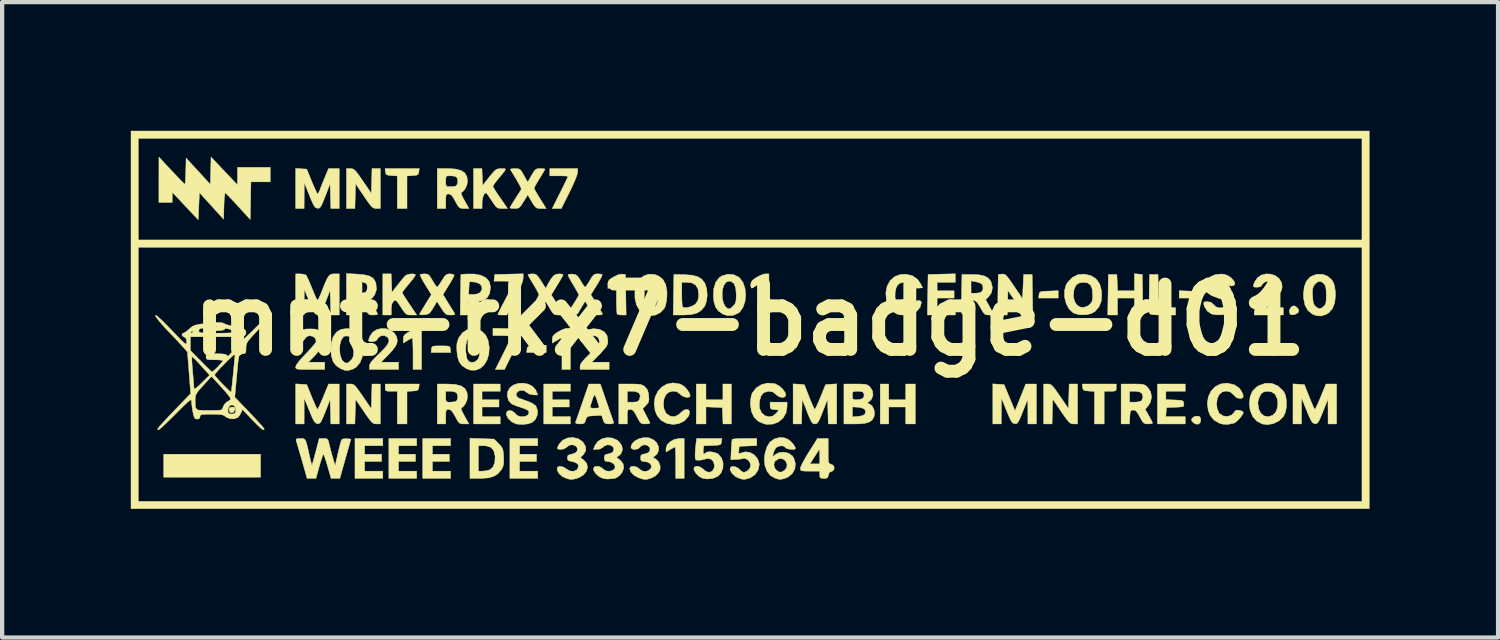
<source format=kicad_pcb>
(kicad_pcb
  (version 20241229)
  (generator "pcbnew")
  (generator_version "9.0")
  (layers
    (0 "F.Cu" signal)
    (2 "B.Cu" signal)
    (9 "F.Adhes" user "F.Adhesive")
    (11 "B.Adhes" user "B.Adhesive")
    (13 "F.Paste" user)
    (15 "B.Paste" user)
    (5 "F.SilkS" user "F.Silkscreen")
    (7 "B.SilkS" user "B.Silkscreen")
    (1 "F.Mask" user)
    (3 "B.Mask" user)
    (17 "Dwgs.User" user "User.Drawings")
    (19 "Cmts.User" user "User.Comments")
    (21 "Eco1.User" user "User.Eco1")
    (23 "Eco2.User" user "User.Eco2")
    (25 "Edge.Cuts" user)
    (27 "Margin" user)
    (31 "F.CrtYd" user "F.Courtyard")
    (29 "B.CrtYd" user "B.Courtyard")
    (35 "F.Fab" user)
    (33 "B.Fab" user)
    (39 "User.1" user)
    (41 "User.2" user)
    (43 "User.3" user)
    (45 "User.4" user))
  (footprint "mnt-rkx7-badge-d01"
    (layer "F.Cu")
    (at 14.427 4.408)
    (property "Reference" "mnt-rkx7-badge-d01" (at 0 0 0) (layer "F.SilkS") (effects (font (size 1.524 1.524) (thickness 0.3))))
    (attr through_hole)
    (fp_poly (pts (xy -11.402 3.669) (xy -13.66 3.669) (xy -13.66 3.133) (xy -11.402 3.133) (xy -11.402 3.669)) (stroke (width 0.01) (type solid)) (fill yes) (layer "F.SilkS"))
    (fp_poly (pts (xy -4.741 0.762) (xy -5.197 0.762) (xy -5.188 0.684) (xy -5.181 0.645) (xy -5.163 0.622) (xy -5.122 0.609) (xy -5.047 0.602) (xy -4.96 0.599) (xy -4.741 0.59) (xy -4.741 0.762)) (stroke (width 0.01) (type solid)) (fill yes) (layer "F.SilkS"))
    (fp_poly (pts (xy 7.197 -0.508) (xy 6.741 -0.508) (xy 6.75 -0.586) (xy 6.757 -0.625) (xy 6.775 -0.648) (xy 6.816 -0.661) (xy 6.891 -0.668) (xy 6.978 -0.671) (xy 7.197 -0.68) (xy 7.197 -0.508)) (stroke (width 0.01) (type solid)) (fill yes) (layer "F.SilkS"))
    (fp_poly (pts (xy 10.238 -0.671) (xy 10.348 -0.666) (xy 10.413 -0.659) (xy 10.447 -0.644) (xy 10.461 -0.616) (xy 10.465 -0.586) (xy 10.474 -0.508) (xy 10.019 -0.508) (xy 10.019 -0.68) (xy 10.238 -0.671)) (stroke (width 0.01) (type solid)) (fill yes) (layer "F.SilkS"))
    (fp_poly (pts (xy -12.01 2.041) (xy -11.998 2.078) (xy -12 2.095) (xy -12.026 2.148) (xy -12.073 2.171) (xy -12.116 2.155) (xy -12.133 2.113) (xy -12.136 2.084) (xy -12.117 2.043) (xy -12.063 2.032) (xy -12.01 2.041)) (stroke (width 0.01) (type solid)) (fill yes) (layer "F.SilkS"))
    (fp_poly (pts (xy -8.551 2.935) (xy -8.975 2.935) (xy -8.975 3.133) (xy -8.58 3.133) (xy -8.58 3.302) (xy -8.975 3.302) (xy -8.975 3.528) (xy -8.551 3.528) (xy -8.551 3.697) (xy -9.2 3.697) (xy -9.2 2.766) (xy -8.551 2.766) (xy -8.551 2.935)) (stroke (width 0.01) (type solid)) (fill yes) (layer "F.SilkS"))
    (fp_poly (pts (xy -7.761 2.935) (xy -8.184 2.935) (xy -8.184 3.133) (xy -7.789 3.133) (xy -7.789 3.302) (xy -8.184 3.302) (xy -8.184 3.528) (xy -7.761 3.528) (xy -7.761 3.697) (xy -8.41 3.697) (xy -8.41 2.766) (xy -7.761 2.766) (xy -7.761 2.935)) (stroke (width 0.01) (type solid)) (fill yes) (layer "F.SilkS"))
    (fp_poly (pts (xy -6.971 2.935) (xy -7.394 2.935) (xy -7.394 3.133) (xy -6.999 3.133) (xy -6.999 3.302) (xy -7.394 3.302) (xy -7.394 3.528) (xy -6.971 3.528) (xy -6.971 3.697) (xy -7.62 3.697) (xy -7.62 2.766) (xy -6.971 2.766) (xy -6.971 2.935)) (stroke (width 0.01) (type solid)) (fill yes) (layer "F.SilkS"))
    (fp_poly (pts (xy -5.814 1.665) (xy -6.237 1.665) (xy -6.237 1.863) (xy -5.842 1.863) (xy -5.842 2.032) (xy -6.237 2.032) (xy -6.237 2.258) (xy -5.814 2.258) (xy -5.814 2.427) (xy -6.435 2.427) (xy -6.435 1.496) (xy -5.814 1.496) (xy -5.814 1.665)) (stroke (width 0.01) (type solid)) (fill yes) (layer "F.SilkS"))
    (fp_poly (pts (xy -4.939 2.935) (xy -5.362 2.935) (xy -5.362 3.133) (xy -4.967 3.133) (xy -4.967 3.302) (xy -5.362 3.302) (xy -5.362 3.528) (xy -4.939 3.528) (xy -4.939 3.697) (xy -5.588 3.697) (xy -5.588 2.766) (xy -4.939 2.766) (xy -4.939 2.935)) (stroke (width 0.01) (type solid)) (fill yes) (layer "F.SilkS"))
    (fp_poly (pts (xy -4.177 1.665) (xy -4.6 1.665) (xy -4.6 1.863) (xy -4.205 1.863) (xy -4.205 2.032) (xy -4.6 2.032) (xy -4.6 2.258) (xy -4.177 2.258) (xy -4.177 2.427) (xy -4.798 2.427) (xy -4.798 1.496) (xy -4.177 1.496) (xy -4.177 1.665)) (stroke (width 0.01) (type solid)) (fill yes) (layer "F.SilkS"))
    (fp_poly (pts (xy -1.016 1.863) (xy -0.621 1.863) (xy -0.621 1.496) (xy -0.423 1.496) (xy -0.423 2.427) (xy -0.618 2.427) (xy -0.635 2.046) (xy -1.016 2.029) (xy -1.016 2.427) (xy -1.242 2.427) (xy -1.242 1.496) (xy -1.016 1.496) (xy -1.016 1.863)) (stroke (width 0.01) (type solid)) (fill yes) (layer "F.SilkS"))
    (fp_poly (pts (xy 3.246 1.863) (xy 3.641 1.863) (xy 3.641 1.496) (xy 3.866 1.496) (xy 3.866 2.427) (xy 3.641 2.427) (xy 3.641 2.032) (xy 3.246 2.032) (xy 3.246 2.427) (xy 3.048 2.427) (xy 3.048 1.496) (xy 3.246 1.496) (xy 3.246 1.863)) (stroke (width 0.01) (type solid)) (fill yes) (layer "F.SilkS"))
    (fp_poly (pts (xy 4.798 -0.875) (xy 4.374 -0.875) (xy 4.374 -0.677) (xy 4.77 -0.677) (xy 4.77 -0.508) (xy 4.374 -0.508) (xy 4.374 -0.282) (xy 4.798 -0.282) (xy 4.798 -0.113) (xy 4.147 -0.113) (xy 4.163 -1.058) (xy 4.798 -1.074) (xy 4.798 -0.875)) (stroke (width 0.01) (type solid)) (fill yes) (layer "F.SilkS"))
    (fp_poly (pts (xy 9.158 -1.058) (xy 9.174 -0.113) (xy 8.975 -0.113) (xy 8.975 -0.508) (xy 8.58 -0.508) (xy 8.58 -0.113) (xy 8.352 -0.113) (xy 8.368 -1.058) (xy 8.565 -1.058) (xy 8.582 -0.677) (xy 8.975 -0.677) (xy 8.975 -1.076) (xy 9.158 -1.058)) (stroke (width 0.01) (type solid)) (fill yes) (layer "F.SilkS"))
    (fp_poly (pts (xy 10.492 2.253) (xy 10.517 2.293) (xy 10.522 2.319) (xy 10.51 2.394) (xy 10.465 2.433) (xy 10.399 2.428) (xy 10.353 2.4) (xy 10.309 2.354) (xy 10.309 2.313) (xy 10.318 2.295) (xy 10.372 2.254) (xy 10.431 2.244) (xy 10.492 2.253)) (stroke (width 0.01) (type solid)) (fill yes) (layer "F.SilkS"))
    (fp_poly (pts (xy -7.089 0.608) (xy -7.025 0.613) (xy -6.993 0.627) (xy -6.98 0.655) (xy -6.976 0.684) (xy -6.967 0.762) (xy -7.426 0.762) (xy -7.417 0.684) (xy -7.411 0.645) (xy -7.393 0.622) (xy -7.353 0.611) (xy -7.278 0.607) (xy -7.197 0.607) (xy -7.089 0.608)) (stroke (width 0.01) (type solid)) (fill yes) (layer "F.SilkS"))
    (fp_poly (pts (xy 12.745 -0.305) (xy 12.767 -0.285) (xy 12.806 -0.233) (xy 12.802 -0.188) (xy 12.796 -0.176) (xy 12.748 -0.138) (xy 12.681 -0.117) (xy 12.622 -0.121) (xy 12.607 -0.13) (xy 12.586 -0.186) (xy 12.599 -0.254) (xy 12.639 -0.307) (xy 12.647 -0.312) (xy 12.698 -0.328) (xy 12.745 -0.305)) (stroke (width 0.01) (type solid)) (fill yes) (layer "F.SilkS"))
    (fp_poly (pts (xy -7.71 -3.45) (xy -7.721 -3.403) (xy -7.749 -3.378) (xy -7.812 -3.367) (xy -7.853 -3.364) (xy -7.987 -3.355) (xy -7.987 -2.596) (xy -8.213 -2.596) (xy -8.213 -3.355) (xy -8.347 -3.364) (xy -8.428 -3.372) (xy -8.47 -3.39) (xy -8.486 -3.426) (xy -8.49 -3.45) (xy -8.499 -3.528) (xy -7.701 -3.528) (xy -7.71 -3.45)) (stroke (width 0.01) (type solid)) (fill yes) (layer "F.SilkS"))
    (fp_poly (pts (xy -7.71 1.573) (xy -7.721 1.621) (xy -7.749 1.645) (xy -7.812 1.657) (xy -7.853 1.66) (xy -7.987 1.668) (xy -7.987 2.427) (xy -8.213 2.427) (xy -8.213 1.665) (xy -8.354 1.665) (xy -8.437 1.663) (xy -8.479 1.652) (xy -8.493 1.622) (xy -8.495 1.58) (xy -8.495 1.496) (xy -7.701 1.496) (xy -7.71 1.573)) (stroke (width 0.01) (type solid)) (fill yes) (layer "F.SilkS"))
    (fp_poly (pts (xy 8.551 1.58) (xy 8.548 1.631) (xy 8.529 1.656) (xy 8.48 1.664) (xy 8.41 1.665) (xy 8.269 1.665) (xy 8.269 2.427) (xy 8.043 2.427) (xy 8.043 1.668) (xy 7.909 1.66) (xy 7.828 1.651) (xy 7.786 1.634) (xy 7.77 1.597) (xy 7.766 1.573) (xy 7.757 1.496) (xy 8.551 1.496) (xy 8.551 1.58)) (stroke (width 0.01) (type solid)) (fill yes) (layer "F.SilkS"))
    (fp_poly (pts (xy 9.533 -0.67) (xy 9.541 -0.282) (xy 9.934 -0.282) (xy 9.934 -0.113) (xy 9.637 -0.113) (xy 9.491 -0.115) (xy 9.395 -0.122) (xy 9.342 -0.135) (xy 9.326 -0.149) (xy 9.321 -0.189) (xy 9.319 -0.275) (xy 9.318 -0.395) (xy 9.318 -0.54) (xy 9.32 -0.622) (xy 9.327 -1.058) (xy 9.525 -1.058) (xy 9.533 -0.67)) (stroke (width 0.01) (type solid)) (fill yes) (layer "F.SilkS"))
    (fp_poly (pts (xy 14.45 4.403) (xy -14.422 4.403) (xy -14.422 -1.693) (xy -14.252 -1.693) (xy -14.252 4.233) (xy 14.28 4.233) (xy 14.28 -1.693) (xy -14.252 -1.693) (xy -14.422 -1.693) (xy -14.422 -4.233) (xy -14.252 -4.233) (xy -14.252 -1.863) (xy 14.28 -1.863) (xy 14.28 -4.233) (xy -14.252 -4.233) (xy -14.422 -4.233) (xy -14.422 -4.403) (xy 14.45 -4.403) (xy 14.45 4.403)) (stroke (width 0.01) (type solid)) (fill yes) (layer "F.SilkS"))
    (fp_poly (pts (xy -1.524 3.697) (xy -1.722 3.697) (xy -1.722 3.33) (xy -1.722 3.194) (xy -1.725 3.08) (xy -1.729 3) (xy -1.733 2.964) (xy -1.734 2.963) (xy -1.764 2.976) (xy -1.823 3.009) (xy -1.847 3.023) (xy -1.947 3.082) (xy -1.947 2.995) (xy -1.921 2.914) (xy -1.853 2.843) (xy -1.757 2.79) (xy -1.646 2.766) (xy -1.63 2.766) (xy -1.524 2.766) (xy -1.524 3.697)) (stroke (width 0.01) (type solid)) (fill yes) (layer "F.SilkS"))
    (fp_poly (pts (xy -7.648 1.157) (xy -7.846 1.157) (xy -7.846 0.79) (xy -7.847 0.654) (xy -7.851 0.54) (xy -7.856 0.46) (xy -7.862 0.424) (xy -7.864 0.423) (xy -7.897 0.437) (xy -7.958 0.471) (xy -7.977 0.482) (xy -8.072 0.541) (xy -8.072 0.447) (xy -8.066 0.389) (xy -8.04 0.346) (xy -7.981 0.303) (xy -7.933 0.275) (xy -7.842 0.231) (xy -7.759 0.203) (xy -7.722 0.198) (xy -7.648 0.198) (xy -7.648 1.157)) (stroke (width 0.01) (type solid)) (fill yes) (layer "F.SilkS"))
    (fp_poly (pts (xy -4.177 1.157) (xy -4.374 1.157) (xy -4.374 0.79) (xy -4.375 0.654) (xy -4.378 0.54) (xy -4.381 0.46) (xy -4.386 0.424) (xy -4.387 0.423) (xy -4.417 0.436) (xy -4.476 0.469) (xy -4.5 0.483) (xy -4.6 0.542) (xy -4.6 0.454) (xy -4.592 0.396) (xy -4.561 0.35) (xy -4.494 0.298) (xy -4.468 0.282) (xy -4.378 0.234) (xy -4.294 0.203) (xy -4.256 0.198) (xy -4.177 0.198) (xy -4.177 1.157)) (stroke (width 0.01) (type solid)) (fill yes) (layer "F.SilkS"))
    (fp_poly (pts (xy -4.008 -3.443) (xy -4.02 -3.387) (xy -4.055 -3.292) (xy -4.108 -3.168) (xy -4.174 -3.026) (xy -4.198 -2.978) (xy -4.388 -2.596) (xy -4.601 -2.596) (xy -4.417 -2.963) (xy -4.352 -3.094) (xy -4.297 -3.206) (xy -4.257 -3.29) (xy -4.235 -3.338) (xy -4.233 -3.344) (xy -4.259 -3.351) (xy -4.328 -3.356) (xy -4.425 -3.358) (xy -4.445 -3.358) (xy -4.657 -3.358) (xy -4.657 -3.528) (xy -4.008 -3.528) (xy -4.008 -3.443)) (stroke (width 0.01) (type solid)) (fill yes) (layer "F.SilkS"))
    (fp_poly (pts (xy -2.971 -1.067) (xy -2.893 -1.058) (xy -2.877 -0.113) (xy -2.972 -0.113) (xy -3.042 -0.118) (xy -3.084 -0.13) (xy -3.086 -0.132) (xy -3.093 -0.166) (xy -3.099 -0.245) (xy -3.103 -0.357) (xy -3.104 -0.491) (xy -3.104 -0.501) (xy -3.104 -0.851) (xy -3.302 -0.729) (xy -3.302 -0.823) (xy -3.295 -0.884) (xy -3.265 -0.931) (xy -3.2 -0.981) (xy -3.176 -0.997) (xy -3.066 -1.052) (xy -2.977 -1.068) (xy -2.971 -1.067)) (stroke (width 0.01) (type solid)) (fill yes) (layer "F.SilkS"))
    (fp_poly (pts (xy 10.16 1.665) (xy 9.708 1.665) (xy 9.708 1.86) (xy 9.913 1.868) (xy 10.019 1.874) (xy 10.08 1.882) (xy 10.111 1.899) (xy 10.123 1.93) (xy 10.126 1.953) (xy 10.129 1.992) (xy 10.117 2.016) (xy 10.08 2.028) (xy 10.006 2.034) (xy 9.929 2.038) (xy 9.723 2.046) (xy 9.714 2.152) (xy 9.705 2.258) (xy 10.16 2.258) (xy 10.16 2.427) (xy 9.511 2.427) (xy 9.511 1.496) (xy 10.16 1.496) (xy 10.16 1.665)) (stroke (width 0.01) (type solid)) (fill yes) (layer "F.SilkS"))
    (fp_poly (pts (xy -9.265 -3.524) (xy -9.229 -3.509) (xy -9.189 -3.474) (xy -9.138 -3.412) (xy -9.069 -3.315) (xy -9.017 -3.239) (xy -8.819 -2.949) (xy -8.811 -3.239) (xy -8.803 -3.528) (xy -8.608 -3.528) (xy -8.608 -2.596) (xy -8.701 -2.596) (xy -8.743 -2.6) (xy -8.779 -2.614) (xy -8.818 -2.648) (xy -8.868 -2.709) (xy -8.936 -2.805) (xy -8.991 -2.886) (xy -9.186 -3.175) (xy -9.202 -2.596) (xy -9.398 -2.596) (xy -9.398 -3.528) (xy -9.306 -3.528) (xy -9.265 -3.524)) (stroke (width 0.01) (type solid)) (fill yes) (layer "F.SilkS"))
    (fp_poly (pts (xy 0.452 -0.113) (xy 0.254 -0.113) (xy 0.254 -0.48) (xy 0.252 -0.616) (xy 0.248 -0.73) (xy 0.242 -0.809) (xy 0.234 -0.845) (xy 0.233 -0.846) (xy 0.198 -0.83) (xy 0.143 -0.791) (xy 0.141 -0.79) (xy 0.076 -0.745) (xy 0.042 -0.743) (xy 0.029 -0.785) (xy 0.028 -0.819) (xy 0.037 -0.876) (xy 0.07 -0.923) (xy 0.14 -0.975) (xy 0.161 -0.988) (xy 0.25 -1.036) (xy 0.334 -1.067) (xy 0.372 -1.072) (xy 0.452 -1.072) (xy 0.452 -0.113)) (stroke (width 0.01) (type solid)) (fill yes) (layer "F.SilkS"))
    (fp_poly (pts (xy -9.265 1.499) (xy -9.229 1.514) (xy -9.189 1.549) (xy -9.138 1.612) (xy -9.069 1.709) (xy -9.017 1.785) (xy -8.819 2.074) (xy -8.811 1.785) (xy -8.803 1.496) (xy -8.608 1.496) (xy -8.608 2.427) (xy -8.701 2.427) (xy -8.743 2.424) (xy -8.779 2.409) (xy -8.819 2.375) (xy -8.869 2.313) (xy -8.938 2.217) (xy -8.99 2.14) (xy -9.186 1.853) (xy -9.194 2.14) (xy -9.202 2.427) (xy -9.398 2.427) (xy -9.398 1.496) (xy -9.306 1.496) (xy -9.265 1.499)) (stroke (width 0.01) (type solid)) (fill yes) (layer "F.SilkS"))
    (fp_poly (pts (xy 6.993 1.499) (xy 7.03 1.514) (xy 7.069 1.548) (xy 7.119 1.61) (xy 7.188 1.706) (xy 7.241 1.783) (xy 7.437 2.07) (xy 7.445 1.783) (xy 7.453 1.496) (xy 7.648 1.496) (xy 7.648 2.427) (xy 7.556 2.427) (xy 7.516 2.423) (xy 7.479 2.407) (xy 7.439 2.371) (xy 7.387 2.308) (xy 7.317 2.21) (xy 7.267 2.137) (xy 7.07 1.849) (xy 7.062 2.138) (xy 7.054 2.427) (xy 6.858 2.427) (xy 6.858 1.496) (xy 6.951 1.496) (xy 6.993 1.499)) (stroke (width 0.01) (type solid)) (fill yes) (layer "F.SilkS"))
    (fp_poly (pts (xy -5.652 0.204) (xy -5.51 0.208) (xy -5.415 0.213) (xy -5.357 0.222) (xy -5.326 0.236) (xy -5.313 0.256) (xy -5.31 0.267) (xy -5.318 0.31) (xy -5.349 0.394) (xy -5.397 0.508) (xy -5.459 0.643) (xy -5.506 0.74) (xy -5.713 1.157) (xy -5.927 1.157) (xy -5.743 0.791) (xy -5.678 0.658) (xy -5.623 0.543) (xy -5.583 0.455) (xy -5.562 0.404) (xy -5.56 0.396) (xy -5.586 0.381) (xy -5.658 0.371) (xy -5.765 0.367) (xy -5.771 0.367) (xy -5.983 0.367) (xy -5.983 0.196) (xy -5.652 0.204)) (stroke (width 0.01) (type solid)) (fill yes) (layer "F.SilkS"))
    (fp_poly (pts (xy 5.936 1.51) (xy 6.063 1.816) (xy 6.19 2.122) (xy 6.441 1.496) (xy 6.689 1.496) (xy 6.689 2.427) (xy 6.491 2.427) (xy 6.49 2.138) (xy 6.488 1.849) (xy 6.371 2.139) (xy 6.32 2.266) (xy 6.282 2.349) (xy 6.252 2.397) (xy 6.225 2.419) (xy 6.195 2.422) (xy 6.184 2.421) (xy 6.15 2.411) (xy 6.119 2.384) (xy 6.086 2.331) (xy 6.045 2.242) (xy 5.993 2.117) (xy 5.873 1.82) (xy 5.872 2.124) (xy 5.87 2.427) (xy 5.673 2.427) (xy 5.673 1.493) (xy 5.936 1.51)) (stroke (width 0.01) (type solid)) (fill yes) (layer "F.SilkS"))
    (fp_poly (pts (xy -5.278 -0.975) (xy -5.293 -0.894) (xy -5.34 -0.768) (xy -5.419 -0.594) (xy -5.468 -0.494) (xy -5.658 -0.113) (xy -5.764 -0.113) (xy -5.832 -0.116) (xy -5.868 -0.124) (xy -5.87 -0.126) (xy -5.858 -0.155) (xy -5.824 -0.224) (xy -5.773 -0.324) (xy -5.709 -0.446) (xy -5.687 -0.489) (xy -5.62 -0.617) (xy -5.564 -0.729) (xy -5.524 -0.815) (xy -5.505 -0.864) (xy -5.503 -0.87) (xy -5.529 -0.889) (xy -5.606 -0.9) (xy -5.731 -0.903) (xy -5.959 -0.903) (xy -5.941 -1.058) (xy -5.609 -1.066) (xy -5.278 -1.074) (xy -5.278 -0.975)) (stroke (width 0.01) (type solid)) (fill yes) (layer "F.SilkS"))
    (fp_poly (pts (xy 5.957 -1.055) (xy 5.995 -1.023) (xy 6.043 -0.964) (xy 6.11 -0.869) (xy 6.168 -0.785) (xy 6.364 -0.494) (xy 6.392 -1.058) (xy 6.59 -1.058) (xy 6.605 -0.113) (xy 6.51 -0.113) (xy 6.468 -0.116) (xy 6.431 -0.13) (xy 6.392 -0.163) (xy 6.342 -0.224) (xy 6.275 -0.318) (xy 6.22 -0.398) (xy 6.025 -0.683) (xy 6.009 -0.113) (xy 5.911 -0.113) (xy 5.841 -0.122) (xy 5.8 -0.146) (xy 5.798 -0.149) (xy 5.794 -0.189) (xy 5.791 -0.275) (xy 5.79 -0.395) (xy 5.791 -0.54) (xy 5.792 -0.622) (xy 5.8 -1.058) (xy 5.885 -1.067) (xy 5.923 -1.067) (xy 5.957 -1.055)) (stroke (width 0.01) (type solid)) (fill yes) (layer "F.SilkS"))
    (fp_poly (pts (xy -6.26 -1.038) (xy -6.141 -0.977) (xy -6.067 -0.887) (xy -6.04 -0.77) (xy -6.04 -0.763) (xy -6.058 -0.62) (xy -6.116 -0.518) (xy -6.213 -0.453) (xy -6.354 -0.425) (xy -6.408 -0.423) (xy -6.548 -0.423) (xy -6.548 -0.113) (xy -6.746 -0.113) (xy -6.739 -0.593) (xy -6.551 -0.593) (xy -6.438 -0.593) (xy -6.349 -0.604) (xy -6.286 -0.633) (xy -6.281 -0.637) (xy -6.238 -0.71) (xy -6.244 -0.782) (xy -6.294 -0.841) (xy -6.38 -0.877) (xy -6.421 -0.882) (xy -6.533 -0.889) (xy -6.542 -0.741) (xy -6.551 -0.593) (xy -6.739 -0.593) (xy -6.731 -1.058) (xy -6.618 -1.068) (xy -6.42 -1.069) (xy -6.26 -1.038)) (stroke (width 0.01) (type solid)) (fill yes) (layer "F.SilkS"))
    (fp_poly (pts (xy -10.324 -3.514) (xy -10.207 -3.225) (xy -10.158 -3.109) (xy -10.116 -3.015) (xy -10.085 -2.954) (xy -10.071 -2.935) (xy -10.05 -2.959) (xy -10.025 -3.013) (xy -10.002 -3.075) (xy -9.964 -3.171) (xy -9.918 -3.283) (xy -9.907 -3.309) (xy -9.816 -3.528) (xy -9.567 -3.528) (xy -9.567 -2.596) (xy -9.763 -2.596) (xy -9.779 -3.175) (xy -9.892 -2.885) (xy -9.942 -2.757) (xy -9.979 -2.674) (xy -10.008 -2.627) (xy -10.035 -2.605) (xy -10.065 -2.602) (xy -10.075 -2.602) (xy -10.109 -2.612) (xy -10.139 -2.639) (xy -10.172 -2.693) (xy -10.213 -2.782) (xy -10.264 -2.907) (xy -10.383 -3.203) (xy -10.386 -2.596) (xy -10.583 -2.596) (xy -10.583 -3.531) (xy -10.324 -3.514)) (stroke (width 0.01) (type solid)) (fill yes) (layer "F.SilkS"))
    (fp_poly (pts (xy -10.324 1.51) (xy -10.207 1.799) (xy -10.158 1.915) (xy -10.117 2.009) (xy -10.087 2.07) (xy -10.074 2.088) (xy -10.058 2.064) (xy -10.026 1.997) (xy -9.982 1.9) (xy -9.937 1.792) (xy -9.815 1.496) (xy -9.567 1.496) (xy -9.567 2.427) (xy -9.763 2.427) (xy -9.771 2.143) (xy -9.779 1.859) (xy -9.892 2.144) (xy -9.943 2.27) (xy -9.98 2.351) (xy -10.009 2.398) (xy -10.036 2.418) (xy -10.067 2.422) (xy -10.075 2.421) (xy -10.109 2.411) (xy -10.139 2.384) (xy -10.172 2.331) (xy -10.213 2.242) (xy -10.265 2.117) (xy -10.385 1.82) (xy -10.385 2.124) (xy -10.386 2.427) (xy -10.583 2.427) (xy -10.583 1.493) (xy -10.324 1.51)) (stroke (width 0.01) (type solid)) (fill yes) (layer "F.SilkS"))
    (fp_poly (pts (xy 12.938 1.51) (xy 13.052 1.799) (xy 13.099 1.915) (xy 13.14 2.009) (xy 13.169 2.07) (xy 13.182 2.088) (xy 13.198 2.064) (xy 13.231 1.997) (xy 13.275 1.899) (xy 13.32 1.792) (xy 13.441 1.496) (xy 13.688 1.496) (xy 13.688 2.427) (xy 13.49 2.427) (xy 13.489 2.138) (xy 13.487 1.849) (xy 13.371 2.139) (xy 13.319 2.266) (xy 13.281 2.349) (xy 13.251 2.397) (xy 13.224 2.419) (xy 13.194 2.422) (xy 13.183 2.421) (xy 13.149 2.411) (xy 13.119 2.384) (xy 13.085 2.331) (xy 13.044 2.242) (xy 12.992 2.117) (xy 12.872 1.82) (xy 12.871 2.124) (xy 12.869 2.427) (xy 12.672 2.427) (xy 12.672 1.493) (xy 12.938 1.51)) (stroke (width 0.01) (type solid)) (fill yes) (layer "F.SilkS"))
    (fp_poly (pts (xy -6.238 2.77) (xy -5.956 2.78) (xy -5.85 2.886) (xy -5.795 2.945) (xy -5.762 2.997) (xy -5.745 3.061) (xy -5.736 3.156) (xy -5.734 3.196) (xy -5.731 3.31) (xy -5.739 3.387) (xy -5.76 3.448) (xy -5.791 3.5) (xy -5.87 3.591) (xy -5.967 3.651) (xy -6.095 3.685) (xy -6.264 3.697) (xy -6.287 3.697) (xy -6.519 3.697) (xy -6.519 2.935) (xy -6.322 2.935) (xy -6.322 3.528) (xy -6.224 3.528) (xy -6.134 3.518) (xy -6.057 3.496) (xy -5.982 3.432) (xy -5.94 3.328) (xy -5.932 3.192) (xy -5.934 3.169) (xy -5.965 3.049) (xy -6.027 2.975) (xy -6.128 2.94) (xy -6.198 2.935) (xy -6.322 2.935) (xy -6.519 2.935) (xy -6.519 2.76) (xy -6.238 2.77)) (stroke (width 0.01) (type solid)) (fill yes) (layer "F.SilkS"))
    (fp_poly (pts (xy 2.032 2.427) (xy 1.836 2.427) (xy 1.828 2.138) (xy 1.82 1.849) (xy 1.707 2.138) (xy 1.656 2.266) (xy 1.619 2.349) (xy 1.589 2.398) (xy 1.56 2.421) (xy 1.528 2.427) (xy 1.524 2.427) (xy 1.491 2.422) (xy 1.462 2.401) (xy 1.433 2.356) (xy 1.396 2.276) (xy 1.346 2.153) (xy 1.341 2.138) (xy 1.228 1.849) (xy 1.22 2.138) (xy 1.212 2.427) (xy 1.016 2.427) (xy 1.016 1.493) (xy 1.147 1.501) (xy 1.277 1.51) (xy 1.391 1.799) (xy 1.438 1.916) (xy 1.479 2.01) (xy 1.509 2.071) (xy 1.522 2.088) (xy 1.538 2.064) (xy 1.571 1.997) (xy 1.614 1.9) (xy 1.656 1.799) (xy 1.773 1.51) (xy 1.902 1.501) (xy 2.032 1.493) (xy 2.032 2.427)) (stroke (width 0.01) (type solid)) (fill yes) (layer "F.SilkS"))
    (fp_poly (pts (xy -8.471 0.207) (xy -8.366 0.244) (xy -8.281 0.308) (xy -8.226 0.399) (xy -8.213 0.483) (xy -8.223 0.549) (xy -8.258 0.62) (xy -8.324 0.707) (xy -8.428 0.82) (xy -8.434 0.826) (xy -8.592 0.988) (xy -8.184 0.988) (xy -8.184 1.157) (xy -8.862 1.157) (xy -8.862 1.079) (xy -8.853 1.034) (xy -8.82 0.98) (xy -8.757 0.908) (xy -8.658 0.81) (xy -8.636 0.79) (xy -8.518 0.671) (xy -8.443 0.579) (xy -8.409 0.506) (xy -8.412 0.446) (xy -8.444 0.401) (xy -8.512 0.367) (xy -8.59 0.372) (xy -8.653 0.412) (xy -8.669 0.437) (xy -8.708 0.489) (xy -8.773 0.507) (xy -8.796 0.508) (xy -8.859 0.506) (xy -8.884 0.491) (xy -8.877 0.449) (xy -8.85 0.382) (xy -8.785 0.287) (xy -8.692 0.227) (xy -8.584 0.201) (xy -8.471 0.207)) (stroke (width 0.01) (type solid)) (fill yes) (layer "F.SilkS"))
    (fp_poly (pts (xy -3.512 0.219) (xy -3.498 0.223) (xy -3.388 0.278) (xy -3.323 0.365) (xy -3.302 0.487) (xy -3.302 0.489) (xy -3.306 0.545) (xy -3.325 0.597) (xy -3.364 0.655) (xy -3.433 0.733) (xy -3.49 0.793) (xy -3.678 0.988) (xy -3.274 0.988) (xy -3.274 1.157) (xy -3.951 1.157) (xy -3.951 1.082) (xy -3.94 1.036) (xy -3.902 0.977) (xy -3.832 0.899) (xy -3.725 0.793) (xy -3.617 0.687) (xy -3.547 0.608) (xy -3.51 0.549) (xy -3.499 0.504) (xy -3.521 0.428) (xy -3.573 0.381) (xy -3.639 0.369) (xy -3.702 0.395) (xy -3.739 0.445) (xy -3.779 0.493) (xy -3.851 0.508) (xy -3.859 0.508) (xy -3.923 0.502) (xy -3.948 0.474) (xy -3.951 0.442) (xy -3.925 0.351) (xy -3.857 0.277) (xy -3.757 0.227) (xy -3.638 0.206) (xy -3.512 0.219)) (stroke (width 0.01) (type solid)) (fill yes) (layer "F.SilkS"))
    (fp_poly (pts (xy -1.518 -1.054) (xy -1.341 -1.041) (xy -1.21 -1.008) (xy -1.114 -0.949) (xy -1.046 -0.861) (xy -1.033 -0.835) (xy -0.997 -0.712) (xy -0.987 -0.571) (xy -1.003 -0.433) (xy -1.044 -0.32) (xy -1.052 -0.308) (xy -1.13 -0.217) (xy -1.228 -0.158) (xy -1.357 -0.124) (xy -1.528 -0.113) (xy -1.546 -0.113) (xy -1.779 -0.113) (xy -1.767 -0.875) (xy -1.58 -0.875) (xy -1.58 -0.597) (xy -1.578 -0.477) (xy -1.573 -0.378) (xy -1.565 -0.314) (xy -1.559 -0.298) (xy -1.509 -0.282) (xy -1.43 -0.29) (xy -1.345 -0.318) (xy -1.272 -0.359) (xy -1.249 -0.381) (xy -1.205 -0.453) (xy -1.187 -0.548) (xy -1.185 -0.596) (xy -1.203 -0.726) (xy -1.259 -0.815) (xy -1.353 -0.864) (xy -1.452 -0.875) (xy -1.58 -0.875) (xy -1.767 -0.875) (xy -1.764 -1.058) (xy -1.518 -1.054)) (stroke (width 0.01) (type solid)) (fill yes) (layer "F.SilkS"))
    (fp_poly (pts (xy -6.223 -3.134) (xy -6.068 -3.33) (xy -5.992 -3.424) (xy -5.938 -3.482) (xy -5.893 -3.512) (xy -5.846 -3.524) (xy -5.789 -3.527) (xy -5.732 -3.527) (xy -5.699 -3.523) (xy -5.691 -3.507) (xy -5.711 -3.471) (xy -5.761 -3.407) (xy -5.843 -3.308) (xy -5.863 -3.285) (xy -5.924 -3.208) (xy -5.967 -3.146) (xy -5.983 -3.113) (xy -5.968 -3.08) (xy -5.927 -3.012) (xy -5.866 -2.919) (xy -5.812 -2.841) (xy -5.642 -2.596) (xy -5.767 -2.596) (xy -5.831 -2.599) (xy -5.877 -2.611) (xy -5.917 -2.645) (xy -5.964 -2.709) (xy -6.011 -2.78) (xy -6.07 -2.867) (xy -6.116 -2.931) (xy -6.143 -2.962) (xy -6.146 -2.963) (xy -6.183 -2.938) (xy -6.214 -2.872) (xy -6.233 -2.781) (xy -6.236 -2.731) (xy -6.237 -2.596) (xy -6.435 -2.596) (xy -6.435 -3.528) (xy -6.24 -3.528) (xy -6.223 -3.134)) (stroke (width 0.01) (type solid)) (fill yes) (layer "F.SilkS"))
    (fp_poly (pts (xy 12.161 -1.065) (xy 12.265 -1.027) (xy 12.35 -0.961) (xy 12.405 -0.867) (xy 12.418 -0.782) (xy 12.413 -0.725) (xy 12.396 -0.674) (xy 12.357 -0.616) (xy 12.289 -0.539) (xy 12.23 -0.477) (xy 12.042 -0.282) (xy 12.446 -0.282) (xy 12.446 -0.113) (xy 11.769 -0.113) (xy 11.769 -0.19) (xy 11.778 -0.236) (xy 11.811 -0.291) (xy 11.875 -0.363) (xy 11.974 -0.461) (xy 11.997 -0.482) (xy 12.099 -0.58) (xy 12.165 -0.65) (xy 12.201 -0.701) (xy 12.216 -0.743) (xy 12.216 -0.775) (xy 12.194 -0.844) (xy 12.161 -0.883) (xy 12.092 -0.9) (xy 12.018 -0.882) (xy 11.962 -0.839) (xy 11.952 -0.818) (xy 11.921 -0.777) (xy 11.855 -0.762) (xy 11.837 -0.762) (xy 11.773 -0.764) (xy 11.747 -0.779) (xy 11.753 -0.821) (xy 11.781 -0.888) (xy 11.846 -0.985) (xy 11.94 -1.046) (xy 12.048 -1.072) (xy 12.161 -1.065)) (stroke (width 0.01) (type solid)) (fill yes) (layer "F.SilkS"))
    (fp_poly (pts (xy -8.348 -0.857) (xy -8.34 -0.641) (xy -8.204 -0.814) (xy -8.133 -0.903) (xy -8.071 -0.978) (xy -8.029 -1.026) (xy -8.026 -1.029) (xy -7.978 -1.055) (xy -7.911 -1.069) (xy -7.844 -1.072) (xy -7.798 -1.06) (xy -7.789 -1.046) (xy -7.807 -1.013) (xy -7.852 -0.95) (xy -7.918 -0.868) (xy -7.945 -0.836) (xy -8.015 -0.751) (xy -8.069 -0.683) (xy -8.097 -0.642) (xy -8.1 -0.636) (xy -8.085 -0.607) (xy -8.045 -0.542) (xy -7.986 -0.45) (xy -7.93 -0.366) (xy -7.76 -0.113) (xy -7.884 -0.113) (xy -7.948 -0.115) (xy -7.993 -0.128) (xy -8.033 -0.161) (xy -8.081 -0.225) (xy -8.129 -0.297) (xy -8.19 -0.389) (xy -8.23 -0.44) (xy -8.258 -0.458) (xy -8.283 -0.449) (xy -8.301 -0.434) (xy -8.339 -0.375) (xy -8.353 -0.279) (xy -8.354 -0.25) (xy -8.354 -0.113) (xy -8.551 -0.113) (xy -8.551 -1.072) (xy -8.356 -1.072) (xy -8.348 -0.857)) (stroke (width 0.01) (type solid)) (fill yes) (layer "F.SilkS"))
    (fp_poly (pts (xy 12.18 1.482) (xy 12.317 1.54) (xy 12.438 1.65) (xy 12.458 1.676) (xy 12.5 1.77) (xy 12.52 1.895) (xy 12.518 2.031) (xy 12.494 2.157) (xy 12.451 2.251) (xy 12.346 2.354) (xy 12.214 2.42) (xy 12.071 2.444) (xy 11.955 2.427) (xy 11.825 2.359) (xy 11.73 2.249) (xy 11.672 2.104) (xy 11.656 1.955) (xy 11.657 1.944) (xy 11.853 1.944) (xy 11.872 2.078) (xy 11.923 2.179) (xy 12 2.241) (xy 12.094 2.258) (xy 12.196 2.227) (xy 12.265 2.161) (xy 12.306 2.062) (xy 12.32 1.947) (xy 12.304 1.833) (xy 12.256 1.737) (xy 12.245 1.725) (xy 12.167 1.678) (xy 12.065 1.665) (xy 11.982 1.683) (xy 11.928 1.728) (xy 11.883 1.809) (xy 11.856 1.904) (xy 11.853 1.944) (xy 11.657 1.944) (xy 11.673 1.79) (xy 11.727 1.663) (xy 11.822 1.566) (xy 11.884 1.529) (xy 12.034 1.478) (xy 12.18 1.482)) (stroke (width 0.01) (type solid)) (fill yes) (layer "F.SilkS"))
    (fp_poly (pts (xy -2.222 -1.06) (xy -2.131 -1.028) (xy -2.024 -0.948) (xy -1.955 -0.826) (xy -1.925 -0.664) (xy -1.926 -0.532) (xy -1.941 -0.417) (xy -1.964 -0.319) (xy -1.986 -0.269) (xy -2.082 -0.168) (xy -2.202 -0.109) (xy -2.331 -0.096) (xy -2.454 -0.133) (xy -2.564 -0.221) (xy -2.637 -0.352) (xy -2.672 -0.505) (xy -2.672 -0.591) (xy -2.455 -0.591) (xy -2.453 -0.482) (xy -2.442 -0.411) (xy -2.419 -0.361) (xy -2.386 -0.323) (xy -2.332 -0.273) (xy -2.294 -0.257) (xy -2.25 -0.271) (xy -2.229 -0.283) (xy -2.174 -0.338) (xy -2.141 -0.427) (xy -2.127 -0.534) (xy -2.132 -0.648) (xy -2.155 -0.754) (xy -2.193 -0.841) (xy -2.247 -0.893) (xy -2.287 -0.903) (xy -2.367 -0.881) (xy -2.421 -0.815) (xy -2.45 -0.701) (xy -2.455 -0.591) (xy -2.672 -0.591) (xy -2.672 -0.676) (xy -2.635 -0.823) (xy -2.565 -0.941) (xy -2.469 -1.024) (xy -2.353 -1.065) (xy -2.222 -1.06)) (stroke (width 0.01) (type solid)) (fill yes) (layer "F.SilkS"))
    (fp_poly (pts (xy -1.639 1.492) (xy -1.594 1.508) (xy -1.519 1.557) (xy -1.449 1.632) (xy -1.399 1.713) (xy -1.383 1.771) (xy -1.405 1.802) (xy -1.458 1.809) (xy -1.525 1.794) (xy -1.588 1.761) (xy -1.614 1.736) (xy -1.692 1.677) (xy -1.788 1.661) (xy -1.882 1.687) (xy -1.945 1.739) (xy -1.992 1.835) (xy -2.008 1.953) (xy -1.995 2.07) (xy -1.953 2.167) (xy -1.935 2.189) (xy -1.841 2.249) (xy -1.743 2.255) (xy -1.648 2.207) (xy -1.614 2.173) (xy -1.539 2.11) (xy -1.471 2.087) (xy -1.419 2.101) (xy -1.396 2.146) (xy -1.41 2.219) (xy -1.427 2.252) (xy -1.517 2.353) (xy -1.639 2.417) (xy -1.78 2.439) (xy -1.926 2.415) (xy -1.933 2.413) (xy -2.065 2.34) (xy -2.158 2.226) (xy -2.203 2.111) (xy -2.224 1.946) (xy -2.2 1.796) (xy -2.137 1.666) (xy -2.043 1.564) (xy -1.925 1.497) (xy -1.788 1.47) (xy -1.639 1.492)) (stroke (width 0.01) (type solid)) (fill yes) (layer "F.SilkS"))
    (fp_poly (pts (xy 3.799 -1.028) (xy 3.914 -0.948) (xy 3.987 -0.845) (xy 4.036 -0.748) (xy 3.936 -0.739) (xy 3.855 -0.743) (xy 3.798 -0.779) (xy 3.778 -0.803) (xy 3.703 -0.858) (xy 3.608 -0.877) (xy 3.515 -0.859) (xy 3.458 -0.82) (xy 3.418 -0.743) (xy 3.395 -0.637) (xy 3.393 -0.523) (xy 3.413 -0.427) (xy 3.476 -0.338) (xy 3.563 -0.293) (xy 3.661 -0.293) (xy 3.756 -0.342) (xy 3.782 -0.367) (xy 3.85 -0.422) (xy 3.919 -0.45) (xy 3.976 -0.449) (xy 4.005 -0.417) (xy 4.007 -0.402) (xy 3.978 -0.295) (xy 3.904 -0.207) (xy 3.792 -0.145) (xy 3.651 -0.115) (xy 3.605 -0.113) (xy 3.506 -0.117) (xy 3.438 -0.135) (xy 3.375 -0.176) (xy 3.332 -0.213) (xy 3.253 -0.298) (xy 3.209 -0.39) (xy 3.191 -0.46) (xy 3.178 -0.635) (xy 3.209 -0.789) (xy 3.279 -0.915) (xy 3.383 -1.007) (xy 3.516 -1.057) (xy 3.65 -1.064) (xy 3.799 -1.028)) (stroke (width 0.01) (type solid)) (fill yes) (layer "F.SilkS"))
    (fp_poly (pts (xy -10.396 -1.064) (xy -10.343 -1.043) (xy -10.337 -1.037) (xy -10.315 -0.997) (xy -10.278 -0.918) (xy -10.233 -0.811) (xy -10.199 -0.727) (xy -10.152 -0.614) (xy -10.112 -0.523) (xy -10.084 -0.466) (xy -10.073 -0.452) (xy -10.055 -0.476) (xy -10.025 -0.541) (xy -9.986 -0.632) (xy -9.977 -0.656) (xy -9.915 -0.813) (xy -9.867 -0.925) (xy -9.827 -0.999) (xy -9.79 -1.043) (xy -9.75 -1.065) (xy -9.702 -1.072) (xy -9.68 -1.072) (xy -9.567 -1.072) (xy -9.567 -0.113) (xy -9.763 -0.113) (xy -9.771 -0.402) (xy -9.779 -0.691) (xy -9.892 -0.401) (xy -9.942 -0.274) (xy -9.979 -0.191) (xy -10.008 -0.143) (xy -10.035 -0.122) (xy -10.065 -0.118) (xy -10.074 -0.119) (xy -10.107 -0.129) (xy -10.138 -0.158) (xy -10.172 -0.214) (xy -10.214 -0.305) (xy -10.263 -0.423) (xy -10.383 -0.72) (xy -10.384 -0.416) (xy -10.386 -0.113) (xy -10.583 -0.113) (xy -10.583 -1.072) (xy -10.474 -1.072) (xy -10.396 -1.064)) (stroke (width 0.01) (type solid)) (fill yes) (layer "F.SilkS"))
    (fp_poly (pts (xy -10.145 0.214) (xy -10.082 0.227) (xy -10.034 0.257) (xy -9.988 0.304) (xy -9.929 0.385) (xy -9.905 0.463) (xy -9.918 0.546) (xy -9.971 0.642) (xy -10.067 0.759) (xy -10.142 0.84) (xy -10.285 0.988) (xy -9.906 0.988) (xy -9.906 1.157) (xy -10.245 1.157) (xy -10.387 1.157) (xy -10.483 1.154) (xy -10.541 1.148) (xy -10.571 1.136) (xy -10.582 1.118) (xy -10.583 1.095) (xy -10.562 1.044) (xy -10.5 0.96) (xy -10.401 0.849) (xy -10.343 0.789) (xy -10.251 0.691) (xy -10.174 0.604) (xy -10.123 0.539) (xy -10.104 0.503) (xy -10.104 0.503) (xy -10.126 0.431) (xy -10.182 0.385) (xy -10.254 0.37) (xy -10.323 0.389) (xy -10.371 0.445) (xy -10.411 0.493) (xy -10.483 0.508) (xy -10.491 0.508) (xy -10.561 0.493) (xy -10.584 0.45) (xy -10.559 0.38) (xy -10.501 0.304) (xy -10.45 0.252) (xy -10.401 0.225) (xy -10.335 0.214) (xy -10.245 0.212) (xy -10.145 0.214)) (stroke (width 0.01) (type solid)) (fill yes) (layer "F.SilkS"))
    (fp_poly (pts (xy -6.351 0.216) (xy -6.241 0.268) (xy -6.151 0.359) (xy -6.096 0.478) (xy -6.069 0.646) (xy -6.079 0.802) (xy -6.121 0.939) (xy -6.19 1.051) (xy -6.281 1.132) (xy -6.389 1.174) (xy -6.509 1.172) (xy -6.602 1.137) (xy -6.703 1.069) (xy -6.769 0.981) (xy -6.808 0.862) (xy -6.823 0.739) (xy -6.823 0.723) (xy -6.619 0.723) (xy -6.597 0.871) (xy -6.586 0.912) (xy -6.545 0.972) (xy -6.479 0.994) (xy -6.405 0.98) (xy -6.34 0.929) (xy -6.32 0.899) (xy -6.299 0.827) (xy -6.29 0.723) (xy -6.291 0.61) (xy -6.303 0.51) (xy -6.32 0.455) (xy -6.374 0.4) (xy -6.448 0.375) (xy -6.518 0.385) (xy -6.534 0.395) (xy -6.586 0.471) (xy -6.614 0.585) (xy -6.619 0.723) (xy -6.823 0.723) (xy -6.828 0.619) (xy -6.819 0.532) (xy -6.793 0.452) (xy -6.776 0.414) (xy -6.695 0.302) (xy -6.59 0.232) (xy -6.471 0.204) (xy -6.351 0.216)) (stroke (width 0.01) (type solid)) (fill yes) (layer "F.SilkS"))
    (fp_poly (pts (xy -0.366 -1.053) (xy -0.249 -0.994) (xy -0.226 -0.974) (xy -0.15 -0.867) (xy -0.105 -0.732) (xy -0.09 -0.583) (xy -0.105 -0.434) (xy -0.148 -0.299) (xy -0.22 -0.192) (xy -0.266 -0.154) (xy -0.391 -0.102) (xy -0.524 -0.101) (xy -0.619 -0.133) (xy -0.724 -0.205) (xy -0.792 -0.298) (xy -0.83 -0.423) (xy -0.842 -0.533) (xy -0.839 -0.61) (xy -0.638 -0.61) (xy -0.632 -0.497) (xy -0.608 -0.393) (xy -0.566 -0.311) (xy -0.507 -0.262) (xy -0.471 -0.255) (xy -0.438 -0.272) (xy -0.387 -0.316) (xy -0.38 -0.323) (xy -0.342 -0.368) (xy -0.321 -0.419) (xy -0.312 -0.495) (xy -0.31 -0.591) (xy -0.322 -0.74) (xy -0.358 -0.84) (xy -0.42 -0.893) (xy -0.479 -0.903) (xy -0.547 -0.879) (xy -0.595 -0.813) (xy -0.626 -0.72) (xy -0.638 -0.61) (xy -0.839 -0.61) (xy -0.835 -0.724) (xy -0.79 -0.874) (xy -0.708 -0.981) (xy -0.635 -1.028) (xy -0.5 -1.065) (xy -0.366 -1.053)) (stroke (width 0.01) (type solid)) (fill yes) (layer "F.SilkS"))
    (fp_poly (pts (xy 7.806 -1.066) (xy 7.963 -1.03) (xy 8.083 -0.953) (xy 8.165 -0.835) (xy 8.207 -0.677) (xy 8.213 -0.58) (xy 8.198 -0.427) (xy 8.149 -0.306) (xy 8.059 -0.199) (xy 8.059 -0.199) (xy 7.967 -0.146) (xy 7.845 -0.118) (xy 7.713 -0.117) (xy 7.592 -0.144) (xy 7.54 -0.169) (xy 7.448 -0.257) (xy 7.383 -0.381) (xy 7.347 -0.524) (xy 7.346 -0.557) (xy 7.551 -0.557) (xy 7.574 -0.443) (xy 7.626 -0.355) (xy 7.699 -0.301) (xy 7.786 -0.288) (xy 7.881 -0.32) (xy 7.922 -0.35) (xy 7.967 -0.396) (xy 7.991 -0.446) (xy 8 -0.52) (xy 8.001 -0.587) (xy 7.989 -0.723) (xy 7.951 -0.813) (xy 7.882 -0.862) (xy 7.79 -0.875) (xy 7.681 -0.859) (xy 7.61 -0.805) (xy 7.567 -0.707) (xy 7.563 -0.691) (xy 7.551 -0.557) (xy 7.346 -0.557) (xy 7.343 -0.67) (xy 7.376 -0.802) (xy 7.413 -0.869) (xy 7.527 -0.988) (xy 7.656 -1.053) (xy 7.803 -1.066) (xy 7.806 -1.066)) (stroke (width 0.01) (type solid)) (fill yes) (layer "F.SilkS"))
    (fp_poly (pts (xy -12.248 -3.471) (xy -11.94 -3.147) (xy -11.939 -3.351) (xy -11.938 -3.556) (xy -11.176 -3.556) (xy -11.176 -3.217) (xy -11.626 -3.217) (xy -11.634 -2.779) (xy -11.642 -2.34) (xy -11.924 -2.649) (xy -12.024 -2.758) (xy -12.112 -2.851) (xy -12.179 -2.919) (xy -12.219 -2.956) (xy -12.226 -2.961) (xy -12.235 -2.936) (xy -12.244 -2.865) (xy -12.251 -2.761) (xy -12.255 -2.655) (xy -12.263 -2.347) (xy -12.545 -2.657) (xy -12.827 -2.967) (xy -12.855 -2.334) (xy -13.158 -2.655) (xy -13.46 -2.977) (xy -13.461 -2.857) (xy -13.462 -2.738) (xy -13.772 -2.738) (xy -13.772 -3.267) (xy -13.771 -3.796) (xy -13.654 -3.669) (xy -13.542 -3.549) (xy -13.434 -3.434) (xy -13.335 -3.33) (xy -13.253 -3.245) (xy -13.194 -3.187) (xy -13.165 -3.161) (xy -13.164 -3.161) (xy -13.159 -3.187) (xy -13.154 -3.258) (xy -13.149 -3.363) (xy -13.145 -3.467) (xy -13.137 -3.772) (xy -12.855 -3.466) (xy -12.573 -3.159) (xy -12.564 -3.477) (xy -12.556 -3.796) (xy -12.248 -3.471)) (stroke (width 0.01) (type solid)) (fill yes) (layer "F.SilkS"))
    (fp_poly (pts (xy -9.349 0.205) (xy -9.214 0.245) (xy -9.113 0.331) (xy -9.045 0.461) (xy -9.028 0.523) (xy -9.009 0.696) (xy -9.027 0.856) (xy -9.08 0.993) (xy -9.164 1.096) (xy -9.242 1.145) (xy -9.345 1.178) (xy -9.429 1.178) (xy -9.522 1.144) (xy -9.537 1.136) (xy -9.642 1.065) (xy -9.71 0.973) (xy -9.748 0.848) (xy -9.76 0.737) (xy -9.759 0.702) (xy -9.559 0.702) (xy -9.545 0.824) (xy -9.509 0.924) (xy -9.481 0.962) (xy -9.424 1.006) (xy -9.375 1.007) (xy -9.315 0.963) (xy -9.298 0.947) (xy -9.257 0.896) (xy -9.236 0.836) (xy -9.229 0.747) (xy -9.229 0.709) (xy -9.233 0.604) (xy -9.245 0.512) (xy -9.256 0.468) (xy -9.303 0.407) (xy -9.373 0.375) (xy -9.445 0.381) (xy -9.469 0.395) (xy -9.52 0.47) (xy -9.55 0.578) (xy -9.559 0.702) (xy -9.759 0.702) (xy -9.753 0.549) (xy -9.71 0.399) (xy -9.634 0.289) (xy -9.526 0.223) (xy -9.391 0.202) (xy -9.349 0.205)) (stroke (width 0.01) (type solid)) (fill yes) (layer "F.SilkS"))
    (fp_poly (pts (xy 1.834 3.06) (xy 1.835 3.192) (xy 1.838 3.277) (xy 1.846 3.327) (xy 1.861 3.352) (xy 1.886 3.362) (xy 1.898 3.364) (xy 1.951 3.391) (xy 1.974 3.442) (xy 1.967 3.495) (xy 1.927 3.53) (xy 1.914 3.533) (xy 1.86 3.559) (xy 1.84 3.619) (xy 1.826 3.673) (xy 1.789 3.694) (xy 1.734 3.697) (xy 1.668 3.692) (xy 1.642 3.667) (xy 1.637 3.612) (xy 1.637 3.528) (xy 1.411 3.528) (xy 1.299 3.527) (xy 1.232 3.522) (xy 1.198 3.51) (xy 1.187 3.487) (xy 1.185 3.462) (xy 1.2 3.414) (xy 1.227 3.358) (xy 1.409 3.358) (xy 1.637 3.358) (xy 1.637 3.184) (xy 1.635 3.096) (xy 1.631 3.038) (xy 1.626 3.022) (xy 1.607 3.05) (xy 1.566 3.113) (xy 1.513 3.196) (xy 1.512 3.196) (xy 1.409 3.358) (xy 1.227 3.358) (xy 1.24 3.331) (xy 1.299 3.222) (xy 1.373 3.1) (xy 1.385 3.081) (xy 1.584 2.766) (xy 1.834 2.766) (xy 1.834 3.06)) (stroke (width 0.01) (type solid)) (fill yes) (layer "F.SilkS"))
    (fp_poly (pts (xy 11.154 1.479) (xy 11.308 1.516) (xy 11.42 1.593) (xy 11.474 1.668) (xy 11.51 1.757) (xy 11.507 1.81) (xy 11.462 1.833) (xy 11.432 1.834) (xy 11.354 1.815) (xy 11.289 1.75) (xy 11.289 1.75) (xy 11.211 1.682) (xy 11.116 1.66) (xy 11.021 1.682) (xy 10.952 1.739) (xy 10.906 1.835) (xy 10.89 1.953) (xy 10.903 2.07) (xy 10.945 2.167) (xy 10.963 2.189) (xy 11.05 2.242) (xy 11.148 2.252) (xy 11.238 2.222) (xy 11.306 2.154) (xy 11.321 2.124) (xy 11.353 2.106) (xy 11.412 2.108) (xy 11.473 2.124) (xy 11.511 2.15) (xy 11.515 2.161) (xy 11.495 2.209) (xy 11.447 2.275) (xy 11.386 2.342) (xy 11.326 2.393) (xy 11.294 2.41) (xy 11.152 2.438) (xy 11.033 2.432) (xy 10.964 2.413) (xy 10.832 2.339) (xy 10.74 2.226) (xy 10.695 2.111) (xy 10.674 1.947) (xy 10.697 1.796) (xy 10.759 1.665) (xy 10.854 1.562) (xy 10.976 1.497) (xy 11.119 1.476) (xy 11.154 1.479)) (stroke (width 0.01) (type solid)) (fill yes) (layer "F.SilkS"))
    (fp_poly (pts (xy 0.57 1.485) (xy 0.603 1.494) (xy 0.691 1.541) (xy 0.771 1.611) (xy 0.828 1.689) (xy 0.847 1.752) (xy 0.825 1.795) (xy 0.772 1.81) (xy 0.705 1.798) (xy 0.64 1.761) (xy 0.616 1.736) (xy 0.54 1.68) (xy 0.443 1.665) (xy 0.346 1.692) (xy 0.312 1.715) (xy 0.265 1.782) (xy 0.235 1.883) (xy 0.227 1.996) (xy 0.237 2.073) (xy 0.285 2.171) (xy 0.361 2.235) (xy 0.452 2.26) (xy 0.544 2.242) (xy 0.622 2.18) (xy 0.683 2.103) (xy 0.581 2.094) (xy 0.513 2.083) (xy 0.485 2.056) (xy 0.48 2.002) (xy 0.48 1.919) (xy 0.875 1.919) (xy 0.875 2.025) (xy 0.85 2.171) (xy 0.78 2.292) (xy 0.675 2.381) (xy 0.543 2.431) (xy 0.394 2.436) (xy 0.352 2.428) (xy 0.211 2.37) (xy 0.107 2.272) (xy 0.043 2.134) (xy 0.019 1.96) (xy 0.019 1.947) (xy 0.029 1.833) (xy 0.053 1.732) (xy 0.066 1.703) (xy 0.155 1.588) (xy 0.278 1.51) (xy 0.42 1.474) (xy 0.57 1.485)) (stroke (width 0.01) (type solid)) (fill yes) (layer "F.SilkS"))
    (fp_poly (pts (xy -9.141 -1.066) (xy -8.977 -1.05) (xy -8.86 -1.02) (xy -8.78 -0.973) (xy -8.731 -0.903) (xy -8.71 -0.841) (xy -8.699 -0.704) (xy -8.739 -0.586) (xy -8.782 -0.532) (xy -8.841 -0.472) (xy -8.76 -0.314) (xy -8.717 -0.228) (xy -8.683 -0.162) (xy -8.67 -0.134) (xy -8.688 -0.121) (xy -8.746 -0.114) (xy -8.774 -0.113) (xy -8.837 -0.115) (xy -8.879 -0.131) (xy -8.914 -0.17) (xy -8.955 -0.244) (xy -8.975 -0.282) (xy -9.026 -0.376) (xy -9.067 -0.428) (xy -9.107 -0.449) (xy -9.13 -0.452) (xy -9.169 -0.448) (xy -9.19 -0.428) (xy -9.199 -0.379) (xy -9.2 -0.287) (xy -9.2 -0.282) (xy -9.2 -0.113) (xy -9.398 -0.113) (xy -9.398 -0.621) (xy -9.2 -0.621) (xy -9.095 -0.621) (xy -9.014 -0.628) (xy -8.955 -0.643) (xy -8.95 -0.646) (xy -8.921 -0.692) (xy -8.912 -0.762) (xy -8.923 -0.827) (xy -8.936 -0.847) (xy -8.977 -0.867) (xy -9.051 -0.886) (xy -9.081 -0.891) (xy -9.2 -0.91) (xy -9.2 -0.621) (xy -9.398 -0.621) (xy -9.398 -1.08) (xy -9.141 -1.066)) (stroke (width 0.01) (type solid)) (fill yes) (layer "F.SilkS"))
    (fp_poly (pts (xy 9.061 1.497) (xy 9.145 1.501) (xy 9.2 1.513) (xy 9.241 1.536) (xy 9.281 1.572) (xy 9.287 1.578) (xy 9.354 1.682) (xy 9.374 1.802) (xy 9.347 1.922) (xy 9.298 2) (xy 9.226 2.085) (xy 9.312 2.237) (xy 9.357 2.32) (xy 9.388 2.382) (xy 9.398 2.408) (xy 9.373 2.42) (xy 9.311 2.427) (xy 9.292 2.427) (xy 9.233 2.424) (xy 9.192 2.405) (xy 9.155 2.361) (xy 9.109 2.279) (xy 9.102 2.265) (xy 9.05 2.173) (xy 9.008 2.123) (xy 8.965 2.104) (xy 8.946 2.103) (xy 8.906 2.107) (xy 8.884 2.129) (xy 8.873 2.182) (xy 8.867 2.265) (xy 8.859 2.427) (xy 8.664 2.427) (xy 8.664 1.665) (xy 8.862 1.665) (xy 8.862 1.919) (xy 8.983 1.919) (xy 9.066 1.912) (xy 9.127 1.893) (xy 9.138 1.885) (xy 9.167 1.83) (xy 9.172 1.792) (xy 9.153 1.72) (xy 9.094 1.679) (xy 8.988 1.665) (xy 8.983 1.665) (xy 8.862 1.665) (xy 8.664 1.665) (xy 8.664 1.496) (xy 8.935 1.496) (xy 9.061 1.497)) (stroke (width 0.01) (type solid)) (fill yes) (layer "F.SilkS"))
    (fp_poly (pts (xy -6.859 1.506) (xy -6.726 1.54) (xy -6.638 1.6) (xy -6.589 1.688) (xy -6.576 1.795) (xy -6.591 1.88) (xy -6.63 1.965) (xy -6.679 2.028) (xy -6.703 2.042) (xy -6.723 2.058) (xy -6.721 2.091) (xy -6.695 2.151) (xy -6.645 2.243) (xy -6.543 2.427) (xy -6.656 2.427) (xy -6.718 2.424) (xy -6.76 2.409) (xy -6.797 2.369) (xy -6.841 2.294) (xy -6.86 2.258) (xy -6.915 2.162) (xy -6.959 2.11) (xy -7.002 2.09) (xy -7.017 2.088) (xy -7.054 2.093) (xy -7.074 2.114) (xy -7.082 2.165) (xy -7.084 2.258) (xy -7.084 2.427) (xy -7.281 2.427) (xy -7.281 1.665) (xy -7.084 1.665) (xy -7.084 1.792) (xy -7.082 1.87) (xy -7.067 1.907) (xy -7.029 1.918) (xy -6.987 1.919) (xy -6.907 1.914) (xy -6.848 1.902) (xy -6.846 1.902) (xy -6.813 1.863) (xy -6.802 1.797) (xy -6.815 1.73) (xy -6.835 1.699) (xy -6.884 1.677) (xy -6.961 1.665) (xy -6.977 1.665) (xy -7.084 1.665) (xy -7.281 1.665) (xy -7.281 1.496) (xy -7.04 1.496) (xy -6.859 1.506)) (stroke (width 0.01) (type solid)) (fill yes) (layer "F.SilkS"))
    (fp_poly (pts (xy -2.653 1.497) (xy -2.567 1.503) (xy -2.509 1.517) (xy -2.465 1.54) (xy -2.439 1.561) (xy -2.387 1.621) (xy -2.359 1.701) (xy -2.35 1.77) (xy -2.345 1.861) (xy -2.357 1.92) (xy -2.392 1.97) (xy -2.413 1.992) (xy -2.491 2.07) (xy -2.41 2.227) (xy -2.366 2.313) (xy -2.333 2.378) (xy -2.32 2.406) (xy -2.338 2.419) (xy -2.396 2.426) (xy -2.424 2.427) (xy -2.487 2.425) (xy -2.529 2.409) (xy -2.564 2.37) (xy -2.605 2.296) (xy -2.625 2.258) (xy -2.676 2.164) (xy -2.717 2.112) (xy -2.757 2.091) (xy -2.78 2.088) (xy -2.819 2.092) (xy -2.84 2.112) (xy -2.849 2.161) (xy -2.85 2.253) (xy -2.85 2.258) (xy -2.85 2.427) (xy -3.048 2.427) (xy -3.048 1.665) (xy -2.85 1.665) (xy -2.85 1.919) (xy -2.723 1.919) (xy -2.639 1.914) (xy -2.592 1.893) (xy -2.565 1.852) (xy -2.547 1.767) (xy -2.579 1.705) (xy -2.657 1.671) (xy -2.724 1.665) (xy -2.85 1.665) (xy -3.048 1.665) (xy -3.048 1.496) (xy -2.781 1.496) (xy -2.653 1.497)) (stroke (width 0.01) (type solid)) (fill yes) (layer "F.SilkS"))
    (fp_poly (pts (xy 13.358 -1.063) (xy 13.478 -1.018) (xy 13.575 -0.934) (xy 13.621 -0.857) (xy 13.644 -0.772) (xy 13.659 -0.66) (xy 13.663 -0.578) (xy 13.645 -0.399) (xy 13.59 -0.259) (xy 13.501 -0.16) (xy 13.452 -0.131) (xy 13.331 -0.091) (xy 13.221 -0.096) (xy 13.125 -0.134) (xy 13.02 -0.219) (xy 12.951 -0.345) (xy 12.918 -0.512) (xy 12.916 -0.592) (xy 12.92 -0.635) (xy 13.125 -0.635) (xy 13.129 -0.554) (xy 13.138 -0.444) (xy 13.154 -0.374) (xy 13.182 -0.328) (xy 13.205 -0.307) (xy 13.265 -0.265) (xy 13.311 -0.261) (xy 13.366 -0.296) (xy 13.381 -0.308) (xy 13.416 -0.342) (xy 13.436 -0.385) (xy 13.445 -0.452) (xy 13.448 -0.558) (xy 13.448 -0.573) (xy 13.445 -0.693) (xy 13.433 -0.771) (xy 13.41 -0.824) (xy 13.394 -0.844) (xy 13.323 -0.895) (xy 13.253 -0.89) (xy 13.182 -0.829) (xy 13.179 -0.826) (xy 13.146 -0.774) (xy 13.129 -0.717) (xy 13.125 -0.635) (xy 12.92 -0.635) (xy 12.933 -0.764) (xy 12.981 -0.895) (xy 13.064 -0.99) (xy 13.104 -1.017) (xy 13.229 -1.064) (xy 13.358 -1.063)) (stroke (width 0.01) (type solid)) (fill yes) (layer "F.SilkS"))
    (fp_poly (pts (xy -6.859 -3.517) (xy -6.726 -3.483) (xy -6.638 -3.424) (xy -6.589 -3.335) (xy -6.576 -3.229) (xy -6.591 -3.143) (xy -6.63 -3.058) (xy -6.679 -2.996) (xy -6.703 -2.981) (xy -6.723 -2.965) (xy -6.721 -2.933) (xy -6.695 -2.873) (xy -6.645 -2.78) (xy -6.543 -2.596) (xy -6.656 -2.596) (xy -6.718 -2.599) (xy -6.76 -2.615) (xy -6.797 -2.654) (xy -6.841 -2.729) (xy -6.86 -2.766) (xy -6.915 -2.861) (xy -6.959 -2.914) (xy -7.002 -2.934) (xy -7.017 -2.935) (xy -7.054 -2.931) (xy -7.074 -2.91) (xy -7.082 -2.858) (xy -7.084 -2.766) (xy -7.084 -2.596) (xy -7.281 -2.596) (xy -7.281 -3.231) (xy -7.084 -3.231) (xy -7.082 -3.153) (xy -7.067 -3.116) (xy -7.029 -3.105) (xy -6.987 -3.104) (xy -6.907 -3.109) (xy -6.848 -3.121) (xy -6.846 -3.122) (xy -6.811 -3.164) (xy -6.802 -3.231) (xy -6.812 -3.301) (xy -6.849 -3.34) (xy -6.926 -3.357) (xy -6.987 -3.358) (xy -7.047 -3.356) (xy -7.075 -3.337) (xy -7.083 -3.287) (xy -7.084 -3.231) (xy -7.281 -3.231) (xy -7.281 -3.528) (xy -7.04 -3.528) (xy -6.859 -3.517)) (stroke (width 0.01) (type solid)) (fill yes) (layer "F.SilkS"))
    (fp_poly (pts (xy 5.348 -1.051) (xy 5.472 -1.025) (xy 5.559 -0.979) (xy 5.619 -0.908) (xy 5.631 -0.884) (xy 5.663 -0.759) (xy 5.644 -0.639) (xy 5.576 -0.538) (xy 5.574 -0.537) (xy 5.505 -0.472) (xy 5.605 -0.292) (xy 5.706 -0.113) (xy 5.592 -0.113) (xy 5.531 -0.116) (xy 5.488 -0.131) (xy 5.451 -0.171) (xy 5.406 -0.246) (xy 5.386 -0.282) (xy 5.328 -0.379) (xy 5.281 -0.432) (xy 5.238 -0.451) (xy 5.229 -0.452) (xy 5.193 -0.447) (xy 5.174 -0.425) (xy 5.166 -0.371) (xy 5.165 -0.282) (xy 5.165 -0.113) (xy 5.065 -0.113) (xy 4.994 -0.122) (xy 4.953 -0.146) (xy 4.951 -0.149) (xy 4.947 -0.189) (xy 4.944 -0.275) (xy 4.943 -0.395) (xy 4.944 -0.54) (xy 4.945 -0.621) (xy 5.165 -0.621) (xy 5.272 -0.621) (xy 5.351 -0.629) (xy 5.407 -0.65) (xy 5.413 -0.655) (xy 5.443 -0.716) (xy 5.441 -0.789) (xy 5.412 -0.841) (xy 5.362 -0.865) (xy 5.285 -0.887) (xy 5.271 -0.89) (xy 5.165 -0.909) (xy 5.165 -0.621) (xy 4.945 -0.621) (xy 4.945 -0.622) (xy 4.953 -1.058) (xy 5.179 -1.058) (xy 5.348 -1.051)) (stroke (width 0.01) (type solid)) (fill yes) (layer "F.SilkS"))
    (fp_poly (pts (xy -0.654 2.843) (xy -0.662 2.884) (xy -0.681 2.908) (xy -0.724 2.92) (xy -0.805 2.927) (xy -0.865 2.929) (xy -1.067 2.937) (xy -1.078 3.035) (xy -1.079 3.106) (xy -1.063 3.133) (xy -1.035 3.111) (xy -1.03 3.104) (xy -0.986 3.08) (xy -0.91 3.076) (xy -0.824 3.09) (xy -0.747 3.119) (xy -0.724 3.134) (xy -0.651 3.225) (xy -0.616 3.338) (xy -0.621 3.458) (xy -0.664 3.568) (xy -0.734 3.644) (xy -0.847 3.695) (xy -0.982 3.711) (xy -1.092 3.695) (xy -1.178 3.65) (xy -1.25 3.579) (xy -1.293 3.501) (xy -1.298 3.468) (xy -1.277 3.426) (xy -1.225 3.413) (xy -1.158 3.428) (xy -1.093 3.47) (xy -1.078 3.485) (xy -1.001 3.543) (xy -0.924 3.553) (xy -0.86 3.519) (xy -0.823 3.446) (xy -0.818 3.4) (xy -0.84 3.307) (xy -0.898 3.248) (xy -0.98 3.233) (xy -1.028 3.245) (xy -1.117 3.267) (xy -1.187 3.274) (xy -1.242 3.269) (xy -1.265 3.242) (xy -1.27 3.178) (xy -1.27 3.168) (xy -1.266 3.075) (xy -1.257 2.962) (xy -1.252 2.914) (xy -1.234 2.766) (xy -0.645 2.766) (xy -0.654 2.843)) (stroke (width 0.01) (type solid)) (fill yes) (layer "F.SilkS"))
    (fp_poly (pts (xy 0.169 2.933) (xy -0.24 2.949) (xy -0.249 3.043) (xy -0.252 3.105) (xy -0.238 3.121) (xy -0.201 3.106) (xy -0.093 3.077) (xy 0.016 3.094) (xy 0.114 3.151) (xy 0.187 3.238) (xy 0.224 3.348) (xy 0.226 3.382) (xy 0.199 3.505) (xy 0.127 3.61) (xy 0.019 3.682) (xy -0.023 3.696) (xy -0.093 3.715) (xy -0.137 3.72) (xy -0.184 3.712) (xy -0.241 3.695) (xy -0.336 3.648) (xy -0.413 3.574) (xy -0.455 3.492) (xy -0.456 3.485) (xy -0.444 3.437) (xy -0.399 3.417) (xy -0.334 3.424) (xy -0.267 3.458) (xy -0.239 3.483) (xy -0.184 3.532) (xy -0.138 3.556) (xy -0.135 3.556) (xy -0.064 3.533) (xy -0.003 3.477) (xy 0.028 3.409) (xy 0.028 3.399) (xy 0.008 3.321) (xy -0.044 3.26) (xy -0.11 3.229) (xy -0.151 3.233) (xy -0.219 3.247) (xy -0.309 3.256) (xy -0.325 3.256) (xy -0.437 3.26) (xy -0.427 3.034) (xy -0.421 2.926) (xy -0.413 2.84) (xy -0.406 2.791) (xy -0.404 2.787) (xy -0.373 2.778) (xy -0.297 2.771) (xy -0.19 2.767) (xy -0.111 2.766) (xy 0.169 2.766) (xy 0.169 2.933)) (stroke (width 0.01) (type solid)) (fill yes) (layer "F.SilkS"))
    (fp_poly (pts (xy -3.33 1.926) (xy -3.279 2.074) (xy -3.233 2.205) (xy -3.197 2.308) (xy -3.174 2.374) (xy -3.168 2.392) (xy -3.179 2.416) (xy -3.24 2.427) (xy -3.269 2.427) (xy -3.344 2.422) (xy -3.384 2.399) (xy -3.411 2.341) (xy -3.415 2.327) (xy -3.448 2.227) (xy -3.621 2.235) (xy -3.717 2.242) (xy -3.771 2.253) (xy -3.8 2.279) (xy -3.817 2.325) (xy -3.82 2.335) (xy -3.843 2.395) (xy -3.879 2.421) (xy -3.949 2.427) (xy -3.958 2.427) (xy -4.034 2.42) (xy -4.059 2.4) (xy -4.058 2.392) (xy -4.045 2.354) (xy -4.016 2.273) (xy -3.977 2.159) (xy -3.929 2.021) (xy -3.716 2.021) (xy -3.712 2.047) (xy -3.667 2.058) (xy -3.612 2.06) (xy -3.537 2.056) (xy -3.507 2.039) (xy -3.509 2.021) (xy -3.526 1.97) (xy -3.551 1.891) (xy -3.558 1.866) (xy -3.584 1.795) (xy -3.606 1.754) (xy -3.612 1.75) (xy -3.632 1.774) (xy -3.657 1.835) (xy -3.666 1.866) (xy -3.692 1.947) (xy -3.712 2.01) (xy -3.716 2.021) (xy -3.929 2.021) (xy -3.929 2.02) (xy -3.896 1.926) (xy -3.747 1.496) (xy -3.479 1.496) (xy -3.33 1.926)) (stroke (width 0.01) (type solid)) (fill yes) (layer "F.SilkS"))
    (fp_poly (pts (xy 2.598 1.497) (xy 2.683 1.502) (xy 2.738 1.514) (xy 2.778 1.536) (xy 2.809 1.565) (xy 2.867 1.655) (xy 2.879 1.754) (xy 2.847 1.844) (xy 2.807 1.887) (xy 2.76 1.926) (xy 2.756 1.946) (xy 2.791 1.96) (xy 2.796 1.962) (xy 2.859 2.009) (xy 2.901 2.09) (xy 2.915 2.187) (xy 2.903 2.256) (xy 2.863 2.33) (xy 2.798 2.38) (xy 2.7 2.411) (xy 2.559 2.425) (xy 2.457 2.427) (xy 2.201 2.427) (xy 2.201 2.261) (xy 2.399 2.261) (xy 2.53 2.252) (xy 2.638 2.233) (xy 2.692 2.194) (xy 2.709 2.129) (xy 2.676 2.078) (xy 2.595 2.046) (xy 2.53 2.038) (xy 2.399 2.029) (xy 2.399 2.261) (xy 2.201 2.261) (xy 2.201 1.764) (xy 2.399 1.764) (xy 2.403 1.828) (xy 2.424 1.856) (xy 2.481 1.863) (xy 2.508 1.863) (xy 2.59 1.852) (xy 2.646 1.827) (xy 2.652 1.822) (xy 2.672 1.763) (xy 2.667 1.723) (xy 2.644 1.686) (xy 2.595 1.669) (xy 2.524 1.665) (xy 2.447 1.667) (xy 2.41 1.682) (xy 2.4 1.722) (xy 2.399 1.764) (xy 2.201 1.764) (xy 2.201 1.496) (xy 2.471 1.496) (xy 2.598 1.497)) (stroke (width 0.01) (type solid)) (fill yes) (layer "F.SilkS"))
    (fp_poly (pts (xy -6.919 -1.064) (xy -6.887 -1.045) (xy -6.886 -1.041) (xy -6.9 -1.004) (xy -6.938 -0.933) (xy -6.992 -0.84) (xy -7.017 -0.8) (xy -7.147 -0.591) (xy -7.04 -0.415) (xy -6.98 -0.318) (xy -6.927 -0.233) (xy -6.892 -0.177) (xy -6.892 -0.176) (xy -6.87 -0.136) (xy -6.878 -0.118) (xy -6.929 -0.113) (xy -6.968 -0.113) (xy -7.033 -0.116) (xy -7.078 -0.133) (xy -7.12 -0.174) (xy -7.173 -0.251) (xy -7.186 -0.271) (xy -7.287 -0.429) (xy -7.377 -0.278) (xy -7.431 -0.194) (xy -7.473 -0.148) (xy -7.521 -0.127) (xy -7.589 -0.118) (xy -7.664 -0.116) (xy -7.693 -0.128) (xy -7.689 -0.146) (xy -7.665 -0.187) (xy -7.62 -0.261) (xy -7.562 -0.355) (xy -7.544 -0.386) (xy -7.419 -0.588) (xy -7.559 -0.814) (xy -7.618 -0.914) (xy -7.661 -0.994) (xy -7.683 -1.045) (xy -7.683 -1.056) (xy -7.646 -1.067) (xy -7.579 -1.072) (xy -7.573 -1.072) (xy -7.518 -1.067) (xy -7.477 -1.044) (xy -7.436 -0.991) (xy -7.392 -0.917) (xy -7.344 -0.837) (xy -7.305 -0.781) (xy -7.285 -0.762) (xy -7.262 -0.784) (xy -7.22 -0.843) (xy -7.173 -0.917) (xy -7.119 -1.003) (xy -7.077 -1.049) (xy -7.034 -1.069) (xy -6.983 -1.072) (xy -6.919 -1.064)) (stroke (width 0.01) (type solid)) (fill yes) (layer "F.SilkS"))
    (fp_poly (pts (xy -9.873 2.769) (xy -9.839 2.786) (xy -9.817 2.833) (xy -9.797 2.914) (xy -9.769 3.028) (xy -9.734 3.159) (xy -9.713 3.231) (xy -9.662 3.401) (xy -9.597 3.114) (xy -9.568 2.991) (xy -9.541 2.888) (xy -9.52 2.817) (xy -9.511 2.794) (xy -9.472 2.775) (xy -9.403 2.77) (xy -9.392 2.771) (xy -9.294 2.78) (xy -9.424 3.238) (xy -9.553 3.697) (xy -9.655 3.697) (xy -9.757 3.697) (xy -9.838 3.415) (xy -9.873 3.298) (xy -9.904 3.205) (xy -9.927 3.147) (xy -9.936 3.133) (xy -9.95 3.158) (xy -9.975 3.227) (xy -10.006 3.327) (xy -10.032 3.415) (xy -10.11 3.697) (xy -10.316 3.697) (xy -10.439 3.267) (xy -10.482 3.117) (xy -10.521 2.986) (xy -10.551 2.883) (xy -10.571 2.817) (xy -10.576 2.801) (xy -10.565 2.777) (xy -10.505 2.766) (xy -10.475 2.766) (xy -10.427 2.766) (xy -10.393 2.772) (xy -10.367 2.792) (xy -10.344 2.834) (xy -10.322 2.906) (xy -10.295 3.016) (xy -10.26 3.172) (xy -10.258 3.182) (xy -10.235 3.28) (xy -10.216 3.353) (xy -10.205 3.386) (xy -10.204 3.387) (xy -10.194 3.361) (xy -10.173 3.292) (xy -10.145 3.189) (xy -10.115 3.076) (xy -10.034 2.766) (xy -9.932 2.766) (xy -9.873 2.769)) (stroke (width 0.01) (type solid)) (fill yes) (layer "F.SilkS"))
    (fp_poly (pts (xy -5.157 1.499) (xy -5.057 1.552) (xy -4.986 1.635) (xy -4.976 1.658) (xy -4.939 1.75) (xy -5.038 1.75) (xy -5.138 1.729) (xy -5.193 1.693) (xy -5.268 1.644) (xy -5.349 1.647) (xy -5.392 1.666) (xy -5.44 1.714) (xy -5.439 1.77) (xy -5.391 1.818) (xy -5.369 1.828) (xy -5.295 1.855) (xy -5.199 1.89) (xy -5.158 1.904) (xy -5.07 1.944) (xy -5.001 1.991) (xy -4.981 2.012) (xy -4.943 2.112) (xy -4.948 2.221) (xy -4.993 2.321) (xy -5.071 2.393) (xy -5.074 2.395) (xy -5.169 2.426) (xy -5.289 2.439) (xy -5.407 2.432) (xy -5.447 2.424) (xy -5.548 2.376) (xy -5.626 2.302) (xy -5.669 2.217) (xy -5.673 2.186) (xy -5.652 2.133) (xy -5.602 2.112) (xy -5.539 2.124) (xy -5.479 2.167) (xy -5.464 2.187) (xy -5.409 2.235) (xy -5.335 2.257) (xy -5.258 2.256) (xy -5.19 2.234) (xy -5.148 2.193) (xy -5.145 2.136) (xy -5.146 2.132) (xy -5.18 2.103) (xy -5.252 2.069) (xy -5.326 2.043) (xy -5.425 2.011) (xy -5.511 1.976) (xy -5.551 1.956) (xy -5.619 1.88) (xy -5.649 1.775) (xy -5.64 1.675) (xy -5.589 1.582) (xy -5.502 1.518) (xy -5.393 1.482) (xy -5.273 1.476) (xy -5.157 1.499)) (stroke (width 0.01) (type solid)) (fill yes) (layer "F.SilkS"))
    (fp_poly (pts (xy -3.998 2.77) (xy -3.898 2.837) (xy -3.882 2.854) (xy -3.822 2.955) (xy -3.818 3.05) (xy -3.87 3.139) (xy -3.877 3.146) (xy -3.944 3.212) (xy -3.863 3.272) (xy -3.796 3.349) (xy -3.778 3.439) (xy -3.803 3.53) (xy -3.868 3.612) (xy -3.97 3.675) (xy -4.025 3.695) (xy -4.108 3.716) (xy -4.166 3.721) (xy -4.227 3.709) (xy -4.272 3.696) (xy -4.368 3.65) (xy -4.443 3.582) (xy -4.484 3.506) (xy -4.487 3.481) (xy -4.476 3.431) (xy -4.429 3.415) (xy -4.412 3.415) (xy -4.336 3.434) (xy -4.272 3.475) (xy -4.192 3.522) (xy -4.107 3.532) (xy -4.035 3.503) (xy -4.017 3.484) (xy -3.986 3.412) (xy -4.008 3.356) (xy -4.084 3.317) (xy -4.139 3.305) (xy -4.211 3.287) (xy -4.242 3.259) (xy -4.247 3.217) (xy -4.237 3.167) (xy -4.197 3.142) (xy -4.152 3.133) (xy -4.077 3.109) (xy -4.026 3.072) (xy -4.025 3.069) (xy -4.009 3.007) (xy -4.035 2.955) (xy -4.089 2.922) (xy -4.157 2.913) (xy -4.224 2.936) (xy -4.252 2.962) (xy -4.329 3.01) (xy -4.395 3.02) (xy -4.459 3.016) (xy -4.482 2.995) (xy -4.467 2.948) (xy -4.432 2.887) (xy -4.35 2.803) (xy -4.24 2.754) (xy -4.117 2.743) (xy -3.998 2.77)) (stroke (width 0.01) (type solid)) (fill yes) (layer "F.SilkS"))
    (fp_poly (pts (xy -3.197 2.756) (xy -3.084 2.807) (xy -3.046 2.838) (xy -2.98 2.93) (xy -2.962 3.026) (xy -2.993 3.113) (xy -3.032 3.155) (xy -3.101 3.209) (xy -3.018 3.27) (xy -2.95 3.351) (xy -2.932 3.446) (xy -2.964 3.546) (xy -3.018 3.615) (xy -3.082 3.667) (xy -3.14 3.696) (xy -3.152 3.697) (xy -3.225 3.704) (xy -3.26 3.709) (xy -3.326 3.711) (xy -3.409 3.698) (xy -3.414 3.697) (xy -3.505 3.656) (xy -3.583 3.59) (xy -3.632 3.513) (xy -3.641 3.47) (xy -3.619 3.428) (xy -3.565 3.413) (xy -3.498 3.422) (xy -3.435 3.457) (xy -3.418 3.475) (xy -3.355 3.519) (xy -3.278 3.532) (xy -3.204 3.517) (xy -3.149 3.478) (xy -3.133 3.428) (xy -3.158 3.367) (xy -3.221 3.321) (xy -3.303 3.302) (xy -3.304 3.302) (xy -3.363 3.295) (xy -3.384 3.26) (xy -3.387 3.219) (xy -3.379 3.16) (xy -3.344 3.135) (xy -3.298 3.127) (xy -3.225 3.106) (xy -3.178 3.069) (xy -3.162 3.006) (xy -3.189 2.955) (xy -3.243 2.922) (xy -3.31 2.913) (xy -3.377 2.936) (xy -3.406 2.962) (xy -3.482 3.01) (xy -3.548 3.02) (xy -3.641 3.02) (xy -3.605 2.931) (xy -3.538 2.835) (xy -3.438 2.773) (xy -3.32 2.746) (xy -3.197 2.756)) (stroke (width 0.01) (type solid)) (fill yes) (layer "F.SilkS"))
    (fp_poly (pts (xy 0.806 2.75) (xy 0.886 2.78) (xy 0.951 2.826) (xy 1.015 2.893) (xy 1.06 2.961) (xy 1.072 3.003) (xy 1.049 3.019) (xy 0.992 3.023) (xy 0.924 3.015) (xy 0.865 2.998) (xy 0.836 2.977) (xy 0.798 2.945) (xy 0.732 2.937) (xy 0.661 2.953) (xy 0.615 2.985) (xy 0.577 3.049) (xy 0.552 3.118) (xy 0.541 3.174) (xy 0.55 3.182) (xy 0.585 3.153) (xy 0.683 3.098) (xy 0.795 3.084) (xy 0.905 3.108) (xy 0.994 3.169) (xy 1.031 3.22) (xy 1.069 3.348) (xy 1.057 3.473) (xy 0.999 3.582) (xy 0.901 3.664) (xy 0.824 3.696) (xy 0.754 3.715) (xy 0.71 3.72) (xy 0.663 3.712) (xy 0.605 3.695) (xy 0.493 3.635) (xy 0.41 3.533) (xy 0.359 3.4) (xy 0.356 3.37) (xy 0.566 3.37) (xy 0.585 3.453) (xy 0.621 3.5) (xy 0.686 3.548) (xy 0.75 3.547) (xy 0.812 3.512) (xy 0.865 3.448) (xy 0.875 3.374) (xy 0.85 3.303) (xy 0.797 3.251) (xy 0.723 3.232) (xy 0.671 3.243) (xy 0.595 3.295) (xy 0.566 3.37) (xy 0.356 3.37) (xy 0.344 3.244) (xy 0.359 3.12) (xy 0.406 2.964) (xy 0.473 2.854) (xy 0.564 2.785) (xy 0.583 2.776) (xy 0.701 2.742) (xy 0.806 2.75)) (stroke (width 0.01) (type solid)) (fill yes) (layer "F.SilkS"))
    (fp_poly (pts (xy -4.81 -3.525) (xy -4.772 -3.517) (xy -4.77 -3.514) (xy -4.783 -3.485) (xy -4.821 -3.421) (xy -4.874 -3.332) (xy -4.897 -3.296) (xy -4.954 -3.201) (xy -4.998 -3.123) (xy -5.022 -3.077) (xy -5.024 -3.07) (xy -5.009 -3.037) (xy -4.972 -2.969) (xy -4.917 -2.877) (xy -4.882 -2.822) (xy -4.741 -2.596) (xy -4.862 -2.596) (xy -4.928 -2.599) (xy -4.974 -2.615) (xy -5.013 -2.655) (xy -5.062 -2.729) (xy -5.077 -2.755) (xy -5.172 -2.914) (xy -5.27 -2.755) (xy -5.324 -2.67) (xy -5.366 -2.622) (xy -5.409 -2.601) (xy -5.467 -2.596) (xy -5.477 -2.596) (xy -5.547 -2.6) (xy -5.586 -2.607) (xy -5.588 -2.61) (xy -5.574 -2.639) (xy -5.536 -2.703) (xy -5.483 -2.789) (xy -5.466 -2.815) (xy -5.407 -2.909) (xy -5.358 -2.985) (xy -5.329 -3.032) (xy -5.326 -3.037) (xy -5.324 -3.056) (xy -5.336 -3.091) (xy -5.365 -3.149) (xy -5.414 -3.236) (xy -5.487 -3.359) (xy -5.578 -3.507) (xy -5.562 -3.519) (xy -5.504 -3.527) (xy -5.47 -3.527) (xy -5.402 -3.525) (xy -5.358 -3.509) (xy -5.32 -3.47) (xy -5.275 -3.394) (xy -5.261 -3.368) (xy -5.173 -3.21) (xy -5.082 -3.369) (xy -5.031 -3.455) (xy -4.991 -3.503) (xy -4.949 -3.523) (xy -4.891 -3.528) (xy -4.88 -3.528) (xy -4.81 -3.525)) (stroke (width 0.01) (type solid)) (fill yes) (layer "F.SilkS"))
    (fp_poly (pts (xy -2.347 2.751) (xy -2.347 2.751) (xy -2.242 2.795) (xy -2.165 2.866) (xy -2.122 2.954) (xy -2.118 3.045) (xy -2.157 3.127) (xy -2.186 3.155) (xy -2.255 3.209) (xy -2.185 3.247) (xy -2.119 3.312) (xy -2.085 3.408) (xy -2.085 3.485) (xy -2.123 3.569) (xy -2.201 3.644) (xy -2.303 3.694) (xy -2.312 3.697) (xy -2.39 3.717) (xy -2.447 3.721) (xy -2.508 3.708) (xy -2.582 3.683) (xy -2.691 3.627) (xy -2.765 3.553) (xy -2.794 3.472) (xy -2.794 3.468) (xy -2.772 3.428) (xy -2.718 3.413) (xy -2.651 3.423) (xy -2.589 3.457) (xy -2.571 3.475) (xy -2.506 3.522) (xy -2.427 3.534) (xy -2.353 3.514) (xy -2.301 3.466) (xy -2.286 3.412) (xy -2.312 3.355) (xy -2.379 3.316) (xy -2.468 3.302) (xy -2.52 3.293) (xy -2.538 3.254) (xy -2.54 3.219) (xy -2.532 3.16) (xy -2.497 3.135) (xy -2.451 3.127) (xy -2.368 3.102) (xy -2.322 3.052) (xy -2.322 2.989) (xy -2.331 2.97) (xy -2.388 2.923) (xy -2.461 2.913) (xy -2.526 2.939) (xy -2.545 2.962) (xy -2.593 3.003) (xy -2.658 3.022) (xy -2.72 3.018) (xy -2.76 2.99) (xy -2.766 2.967) (xy -2.74 2.889) (xy -2.671 2.821) (xy -2.574 2.771) (xy -2.461 2.745) (xy -2.347 2.751)) (stroke (width 0.01) (type solid)) (fill yes) (layer "F.SilkS"))
    (fp_poly (pts (xy 11.074 -1.061) (xy 11.161 -1.027) (xy 11.242 -0.969) (xy 11.299 -0.899) (xy 11.317 -0.843) (xy 11.295 -0.804) (xy 11.24 -0.789) (xy 11.171 -0.8) (xy 11.105 -0.835) (xy 11.091 -0.847) (xy 11.017 -0.892) (xy 10.937 -0.9) (xy 10.871 -0.867) (xy 10.867 -0.862) (xy 10.838 -0.806) (xy 10.855 -0.757) (xy 10.922 -0.711) (xy 11.041 -0.665) (xy 11.047 -0.663) (xy 11.177 -0.614) (xy 11.261 -0.561) (xy 11.312 -0.495) (xy 11.336 -0.43) (xy 11.334 -0.335) (xy 11.292 -0.24) (xy 11.222 -0.166) (xy 11.202 -0.154) (xy 11.119 -0.129) (xy 11.007 -0.117) (xy 10.889 -0.117) (xy 10.79 -0.132) (xy 10.767 -0.14) (xy 10.674 -0.206) (xy 10.609 -0.307) (xy 10.597 -0.346) (xy 10.588 -0.398) (xy 10.608 -0.419) (xy 10.668 -0.423) (xy 10.676 -0.423) (xy 10.759 -0.41) (xy 10.815 -0.361) (xy 10.821 -0.353) (xy 10.879 -0.301) (xy 10.955 -0.279) (xy 11.032 -0.285) (xy 11.092 -0.318) (xy 11.119 -0.376) (xy 11.12 -0.383) (xy 11.113 -0.42) (xy 11.085 -0.449) (xy 11.026 -0.476) (xy 10.922 -0.51) (xy 10.922 -0.51) (xy 10.773 -0.566) (xy 10.676 -0.632) (xy 10.627 -0.71) (xy 10.621 -0.807) (xy 10.622 -0.818) (xy 10.666 -0.926) (xy 10.751 -1.008) (xy 10.869 -1.057) (xy 11.008 -1.069) (xy 11.074 -1.061)) (stroke (width 0.01) (type solid)) (fill yes) (layer "F.SilkS"))
    (fp_poly (pts (xy -4.379 -1.067) (xy -4.348 -1.054) (xy -4.347 -1.051) (xy -4.361 -1.019) (xy -4.399 -0.951) (xy -4.453 -0.859) (xy -4.485 -0.807) (xy -4.622 -0.583) (xy -4.496 -0.386) (xy -4.421 -0.269) (xy -4.376 -0.191) (xy -4.358 -0.145) (xy -4.368 -0.122) (xy -4.402 -0.114) (xy -4.454 -0.113) (xy -4.518 -0.116) (xy -4.562 -0.133) (xy -4.601 -0.176) (xy -4.65 -0.256) (xy -4.657 -0.268) (xy -4.704 -0.348) (xy -4.74 -0.404) (xy -4.756 -0.423) (xy -4.775 -0.401) (xy -4.813 -0.343) (xy -4.859 -0.268) (xy -4.913 -0.183) (xy -4.954 -0.137) (xy -4.997 -0.117) (xy -5.057 -0.113) (xy -5.058 -0.113) (xy -5.127 -0.117) (xy -5.163 -0.127) (xy -5.165 -0.13) (xy -5.151 -0.161) (xy -5.113 -0.226) (xy -5.06 -0.315) (xy -5.038 -0.351) (xy -4.98 -0.448) (xy -4.936 -0.529) (xy -4.912 -0.579) (xy -4.911 -0.588) (xy -4.925 -0.625) (xy -4.962 -0.697) (xy -5.016 -0.79) (xy -5.038 -0.825) (xy -5.095 -0.92) (xy -5.139 -0.997) (xy -5.163 -1.044) (xy -5.165 -1.051) (xy -5.14 -1.065) (xy -5.079 -1.072) (xy -5.065 -1.072) (xy -5.01 -1.068) (xy -4.967 -1.048) (xy -4.924 -1.001) (xy -4.868 -0.918) (xy -4.859 -0.904) (xy -4.753 -0.736) (xy -4.698 -0.839) (xy -4.63 -0.954) (xy -4.572 -1.026) (xy -4.513 -1.062) (xy -4.443 -1.072) (xy -4.443 -1.072) (xy -4.379 -1.067)) (stroke (width 0.01) (type solid)) (fill yes) (layer "F.SilkS"))
    (fp_poly (pts (xy -3.476 -1.068) (xy -3.436 -1.056) (xy -3.435 -1.055) (xy -3.442 -1.026) (xy -3.474 -0.96) (xy -3.525 -0.87) (xy -3.559 -0.813) (xy -3.7 -0.588) (xy -3.576 -0.386) (xy -3.516 -0.288) (xy -3.467 -0.207) (xy -3.436 -0.156) (xy -3.432 -0.148) (xy -3.435 -0.124) (xy -3.483 -0.114) (xy -3.524 -0.113) (xy -3.586 -0.116) (xy -3.631 -0.134) (xy -3.671 -0.176) (xy -3.723 -0.255) (xy -3.734 -0.273) (xy -3.832 -0.433) (xy -3.907 -0.313) (xy -3.954 -0.235) (xy -3.989 -0.172) (xy -3.998 -0.153) (xy -4.039 -0.124) (xy -4.131 -0.113) (xy -4.139 -0.113) (xy -4.217 -0.117) (xy -4.247 -0.132) (xy -4.244 -0.148) (xy -4.219 -0.188) (xy -4.173 -0.261) (xy -4.115 -0.353) (xy -4.101 -0.374) (xy -4.044 -0.465) (xy -4.002 -0.538) (xy -3.98 -0.578) (xy -3.979 -0.582) (xy -3.993 -0.613) (xy -4.03 -0.679) (xy -4.082 -0.769) (xy -4.106 -0.809) (xy -4.164 -0.907) (xy -4.208 -0.987) (xy -4.231 -1.038) (xy -4.233 -1.047) (xy -4.209 -1.064) (xy -4.146 -1.068) (xy -4.129 -1.067) (xy -4.066 -1.057) (xy -4.02 -1.029) (xy -3.975 -0.972) (xy -3.938 -0.911) (xy -3.89 -0.833) (xy -3.851 -0.779) (xy -3.833 -0.762) (xy -3.81 -0.785) (xy -3.77 -0.843) (xy -3.725 -0.917) (xy -3.673 -1.003) (xy -3.632 -1.05) (xy -3.589 -1.069) (xy -3.545 -1.072) (xy -3.476 -1.068)) (stroke (width 0.01) (type solid)) (fill yes) (layer "F.SilkS"))
    (fp_poly (pts (xy -11.166 -0.106) (xy -11.217 -0.039) (xy -11.294 0.051) (xy -11.39 0.158) (xy -11.444 0.217) (xy -11.557 0.337) (xy -11.637 0.426) (xy -11.69 0.491) (xy -11.72 0.541) (xy -11.735 0.585) (xy -11.74 0.631) (xy -11.74 0.661) (xy -11.743 0.74) (xy -11.757 0.778) (xy -11.791 0.789) (xy -11.821 0.79) (xy -11.85 0.79) (xy -11.872 0.795) (xy -11.889 0.811) (xy -11.903 0.845) (xy -11.916 0.905) (xy -11.928 0.996) (xy -11.941 1.125) (xy -11.957 1.3) (xy -11.969 1.431) (xy -12.003 1.803) (xy -11.66 2.16) (xy -11.549 2.278) (xy -11.453 2.382) (xy -11.378 2.465) (xy -11.331 2.522) (xy -11.317 2.543) (xy -11.325 2.565) (xy -11.352 2.558) (xy -11.403 2.52) (xy -11.482 2.445) (xy -11.593 2.332) (xy -11.596 2.328) (xy -11.826 2.088) (xy -11.855 2.164) (xy -11.894 2.234) (xy -11.932 2.276) (xy -12.017 2.309) (xy -12.116 2.305) (xy -12.203 2.267) (xy -12.214 2.258) (xy -12.251 2.231) (xy -12.299 2.214) (xy -12.373 2.205) (xy -12.484 2.202) (xy -12.544 2.201) (xy -12.669 2.202) (xy -12.747 2.206) (xy -12.791 2.216) (xy -12.809 2.232) (xy -12.813 2.258) (xy -12.83 2.303) (xy -12.88 2.314) (xy -12.919 2.307) (xy -12.945 2.279) (xy -12.965 2.214) (xy -12.978 2.154) (xy -12.983 2.126) (xy -12.164 2.126) (xy -12.146 2.182) (xy -12.144 2.184) (xy -12.103 2.196) (xy -12.052 2.196) (xy -11.999 2.178) (xy -11.981 2.131) (xy -11.98 2.106) (xy -11.997 2.03) (xy -12.04 1.987) (xy -12.095 1.987) (xy -12.119 2.002) (xy -12.153 2.057) (xy -12.164 2.126) (xy -12.983 2.126) (xy -12.996 2.049) (xy -13.008 1.952) (xy -13.01 1.908) (xy -13.012 1.88) (xy -12.926 1.88) (xy -12.925 1.981) (xy -12.915 2.048) (xy -12.887 2.089) (xy -12.831 2.109) (xy -12.739 2.116) (xy -12.599 2.117) (xy -12.597 2.117) (xy -12.463 2.116) (xy -12.376 2.111) (xy -12.324 2.102) (xy -12.297 2.086) (xy -12.288 2.067) (xy -12.249 1.975) (xy -12.197 1.921) (xy -12.169 1.906) (xy -12.117 1.872) (xy -12.097 1.847) (xy -12.11 1.816) (xy -12.156 1.753) (xy -12.226 1.668) (xy -12.314 1.569) (xy -12.316 1.567) (xy -12.546 1.318) (xy -12.736 1.526) (xy -12.823 1.622) (xy -12.878 1.691) (xy -12.909 1.745) (xy -12.922 1.797) (xy -12.926 1.862) (xy -12.926 1.88) (xy -13.012 1.88) (xy -13.012 1.88) (xy -13.022 1.867) (xy -13.044 1.873) (xy -13.084 1.904) (xy -13.148 1.961) (xy -13.24 2.05) (xy -13.365 2.175) (xy -13.385 2.195) (xy -13.525 2.334) (xy -13.63 2.436) (xy -13.705 2.506) (xy -13.755 2.547) (xy -13.785 2.563) (xy -13.798 2.558) (xy -13.801 2.543) (xy -13.782 2.516) (xy -13.73 2.455) (xy -13.65 2.367) (xy -13.549 2.258) (xy -13.432 2.136) (xy -13.416 2.119) (xy -13.031 1.719) (xy -13.068 1.235) (xy -13.095 0.889) (xy -13.005 0.889) (xy -13.003 0.966) (xy -12.996 1.075) (xy -12.985 1.207) (xy -12.985 1.209) (xy -12.973 1.346) (xy -12.963 1.465) (xy -12.956 1.554) (xy -12.954 1.599) (xy -12.94 1.61) (xy -12.896 1.583) (xy -12.82 1.515) (xy -12.772 1.469) (xy -12.59 1.289) (xy -12.595 1.283) (xy -12.474 1.283) (xy -12.456 1.312) (xy -12.409 1.368) (xy -12.344 1.44) (xy -12.269 1.517) (xy -12.196 1.59) (xy -12.135 1.648) (xy -12.096 1.68) (xy -12.087 1.683) (xy -12.082 1.653) (xy -12.072 1.577) (xy -12.059 1.464) (xy -12.045 1.325) (xy -12.036 1.239) (xy -12.022 1.089) (xy -12.01 0.959) (xy -12.001 0.86) (xy -11.995 0.802) (xy -11.995 0.791) (xy -12.013 0.804) (xy -12.064 0.85) (xy -12.139 0.922) (xy -12.231 1.013) (xy -12.234 1.016) (xy -12.328 1.111) (xy -12.404 1.193) (xy -12.455 1.253) (xy -12.474 1.283) (xy -12.595 1.283) (xy -12.79 1.067) (xy -12.873 0.977) (xy -12.941 0.907) (xy -12.988 0.866) (xy -13.003 0.858) (xy -13.005 0.889) (xy -13.095 0.889) (xy -13.106 0.75) (xy -13.205 0.636) (xy -13.263 0.573) (xy -13.348 0.48) (xy -13.452 0.371) (xy -13.562 0.255) (xy -13.581 0.235) (xy -13.681 0.127) (xy -13.764 0.03) (xy -13.825 -0.047) (xy -13.855 -0.096) (xy -13.857 -0.104) (xy -13.838 -0.104) (xy -13.785 -0.063) (xy -13.698 0.016) (xy -13.58 0.134) (xy -13.491 0.226) (xy -13.364 0.358) (xy -13.27 0.454) (xy -13.205 0.518) (xy -13.163 0.552) (xy -13.139 0.562) (xy -13.128 0.552) (xy -13.125 0.525) (xy -13.125 0.512) (xy -13.133 0.441) (xy -13.167 0.407) (xy -13.18 0.403) (xy -13.193 0.395) (xy -13.039 0.395) (xy -13.039 0.713) (xy -12.794 0.963) (xy -12.699 1.059) (xy -12.618 1.137) (xy -12.56 1.192) (xy -12.532 1.213) (xy -12.531 1.214) (xy -12.504 1.195) (xy -12.45 1.147) (xy -12.395 1.093) (xy -12.332 1.025) (xy -12.289 0.973) (xy -12.277 0.951) (xy -12.303 0.942) (xy -12.37 0.934) (xy -12.466 0.931) (xy -12.474 0.931) (xy -12.577 0.93) (xy -12.637 0.924) (xy -12.664 0.909) (xy -12.671 0.88) (xy -12.672 0.861) (xy -12.67 0.827) (xy -12.656 0.806) (xy -12.618 0.795) (xy -12.547 0.791) (xy -12.432 0.79) (xy -12.315 0.793) (xy -12.232 0.802) (xy -12.194 0.815) (xy -12.192 0.818) (xy -12.178 0.846) (xy -12.14 0.831) (xy -12.086 0.775) (xy -12.07 0.755) (xy -12.035 0.69) (xy -11.901 0.69) (xy -11.894 0.704) (xy -11.858 0.706) (xy -11.808 0.688) (xy -11.797 0.649) (xy -11.801 0.603) (xy -11.807 0.593) (xy -11.83 0.611) (xy -11.867 0.649) (xy -11.901 0.69) (xy -12.035 0.69) (xy -12.023 0.668) (xy -11.988 0.562) (xy -11.982 0.529) (xy -11.963 0.395) (xy -13.039 0.395) (xy -13.193 0.395) (xy -13.222 0.377) (xy -13.236 0.339) (xy -13.217 0.313) (xy -13.201 0.31) (xy -13.161 0.292) (xy -13.148 0.282) (xy -13.025 0.282) (xy -13.022 0.308) (xy -13.012 0.31) (xy -12.983 0.29) (xy -12.982 0.282) (xy -12.992 0.255) (xy -12.995 0.254) (xy -12.841 0.254) (xy -12.838 0.275) (xy -12.825 0.291) (xy -12.792 0.301) (xy -12.732 0.306) (xy -12.636 0.309) (xy -12.497 0.31) (xy -12.402 0.31) (xy -12.225 0.309) (xy -12.094 0.304) (xy -12.011 0.296) (xy -11.979 0.286) (xy -11.98 0.283) (xy -12.015 0.258) (xy -12.085 0.23) (xy -12.114 0.221) (xy -12.191 0.201) (xy -12.23 0.204) (xy -12.242 0.22) (xy -12.278 0.241) (xy -12.367 0.252) (xy -12.448 0.254) (xy -12.554 0.252) (xy -12.614 0.243) (xy -12.64 0.226) (xy -12.644 0.209) (xy -12.66 0.177) (xy -12.688 0.18) (xy -12.756 0.195) (xy -12.787 0.198) (xy -12.832 0.219) (xy -12.841 0.254) (xy -12.995 0.254) (xy -13.019 0.274) (xy -13.025 0.282) (xy -13.148 0.282) (xy -13.1 0.246) (xy -13.065 0.215) (xy -13.02 0.175) (xy -12.993 0.157) (xy -12.525 0.157) (xy -12.491 0.161) (xy -12.46 0.162) (xy -12.402 0.16) (xy -12.387 0.154) (xy -12.396 0.15) (xy -12.464 0.145) (xy -12.509 0.149) (xy -12.525 0.157) (xy -12.993 0.157) (xy -12.974 0.145) (xy -12.918 0.123) (xy -12.841 0.105) (xy -12.734 0.091) (xy -12.585 0.075) (xy -12.495 0.067) (xy -12.384 0.062) (xy -12.303 0.067) (xy -12.269 0.078) (xy -12.219 0.103) (xy -12.143 0.126) (xy -12.136 0.127) (xy -12.049 0.154) (xy -11.976 0.189) (xy -11.975 0.19) (xy -11.918 0.214) (xy -11.883 0.212) (xy -11.833 0.205) (xy -11.797 0.212) (xy -11.749 0.25) (xy -11.74 0.308) (xy -11.767 0.367) (xy -11.811 0.4) (xy -11.857 0.434) (xy -11.882 0.474) (xy -11.878 0.503) (xy -11.861 0.508) (xy -11.835 0.489) (xy -11.776 0.436) (xy -11.692 0.357) (xy -11.588 0.256) (xy -11.494 0.163) (xy -11.382 0.053) (xy -11.285 -0.037) (xy -11.21 -0.103) (xy -11.162 -0.138) (xy -11.148 -0.14) (xy -11.166 -0.106)) (stroke (width 0.01) (type solid)) (fill yes) (layer "F.SilkS")))
  (gr_rect
    (start -3 -3)
    (end 31.881 11.815)
    (stroke (width 0.1) (type default))
    (fill no)
    (layer "Edge.Cuts")))
</source>
